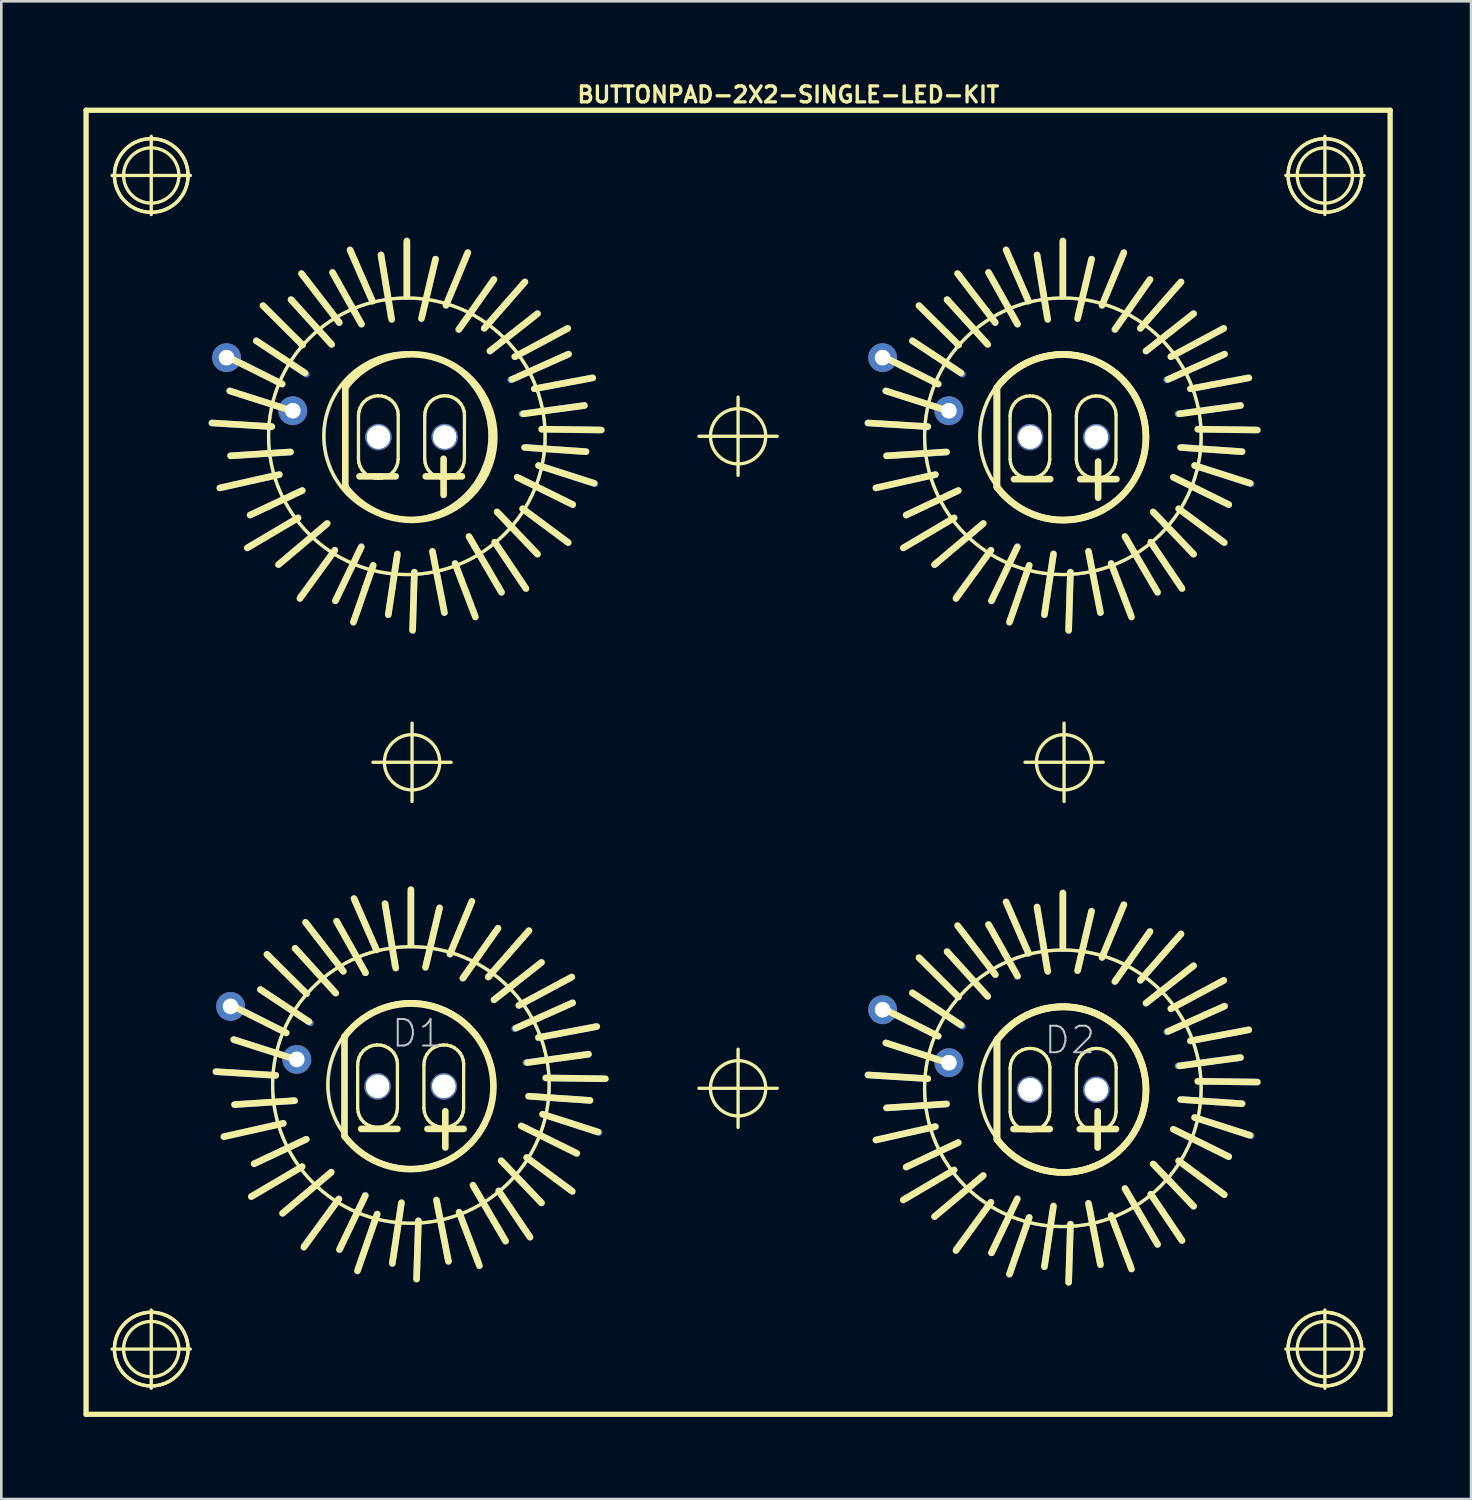
<source format=kicad_pcb>
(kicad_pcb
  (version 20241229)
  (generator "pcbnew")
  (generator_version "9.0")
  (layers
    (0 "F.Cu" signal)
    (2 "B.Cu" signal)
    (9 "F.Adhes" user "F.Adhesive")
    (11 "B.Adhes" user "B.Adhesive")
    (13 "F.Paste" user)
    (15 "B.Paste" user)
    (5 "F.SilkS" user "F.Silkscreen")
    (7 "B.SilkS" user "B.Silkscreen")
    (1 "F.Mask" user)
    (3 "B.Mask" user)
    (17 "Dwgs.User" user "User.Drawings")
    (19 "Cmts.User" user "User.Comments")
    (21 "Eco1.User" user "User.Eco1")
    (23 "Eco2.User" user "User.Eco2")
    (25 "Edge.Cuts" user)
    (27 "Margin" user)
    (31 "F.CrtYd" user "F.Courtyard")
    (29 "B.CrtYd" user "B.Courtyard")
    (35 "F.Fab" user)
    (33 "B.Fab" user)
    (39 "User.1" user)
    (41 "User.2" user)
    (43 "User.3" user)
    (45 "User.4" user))
  (footprint "BUTTONPAD-2X2-SINGLE-LED-KIT"
    (layer "F.Cu")
    (at 0.25 51.176)
    (property "Reference" "BUTTONPAD-2X2-SINGLE-LED-KIT" (at 26.924 -50.597 0) (layer "F.SilkS") (effects (font (size 0.61 0.61) (thickness 0.127))))
    (attr exclude_from_pos_files exclude_from_bom)
    (fp_line (start 4.818 -38.009) (end 7.12 -37.869) (stroke (width 0.254) (type solid)) (layer "B.Cu"))
    (fp_line (start 4.973 -13.137) (end 7.272 -12.995) (stroke (width 0.254) (type solid)) (layer "B.Cu"))
    (fp_line (start 5.138 -35.519) (end 7.409 -36.03) (stroke (width 0.254) (type solid)) (layer "B.Cu"))
    (fp_line (start 5.293 -10.645) (end 7.562 -11.156) (stroke (width 0.254) (type solid)) (layer "B.Cu"))
    (fp_line (start 5.458 -40.538) (end 7.518 -39.5) (stroke (width 0.254) (type solid)) (layer "B.Cu"))
    (fp_line (start 5.613 -15.667) (end 7.673 -14.625) (stroke (width 0.254) (type solid)) (layer "B.Cu"))
    (fp_line (start 6.228 -33.249) (end 8.128 -34.369) (stroke (width 0.254) (type solid)) (layer "B.Cu"))
    (fp_line (start 6.383 -8.377) (end 8.283 -9.495) (stroke (width 0.254) (type solid)) (layer "B.Cu"))
    (fp_line (start 6.8 -42.499) (end 8.298 -40.998) (stroke (width 0.254) (type solid)) (layer "B.Cu"))
    (fp_line (start 6.952 -17.625) (end 8.453 -16.126) (stroke (width 0.254) (type solid)) (layer "B.Cu"))
    (fp_line (start 7.838 -38.499) (end 5.509 -39.238) (stroke (width 0.254) (type solid)) (layer "B.Cu"))
    (fp_line (start 7.838 -36.888) (end 5.54 -36.749) (stroke (width 0.254) (type solid)) (layer "B.Cu"))
    (fp_line (start 7.993 -13.625) (end 5.662 -14.366) (stroke (width 0.254) (type solid)) (layer "B.Cu"))
    (fp_line (start 7.993 -12.017) (end 5.692 -11.874) (stroke (width 0.254) (type solid)) (layer "B.Cu"))
    (fp_line (start 8.209 -31.328) (end 9.538 -33.129) (stroke (width 0.254) (type solid)) (layer "B.Cu"))
    (fp_line (start 8.288 -43.698) (end 9.708 -41.859) (stroke (width 0.254) (type solid)) (layer "B.Cu"))
    (fp_line (start 8.288 -35.418) (end 6.289 -34.478) (stroke (width 0.254) (type solid)) (layer "B.Cu"))
    (fp_line (start 8.362 -6.457) (end 9.693 -8.255) (stroke (width 0.254) (type solid)) (layer "B.Cu"))
    (fp_line (start 8.443 -18.826) (end 9.863 -16.985) (stroke (width 0.254) (type solid)) (layer "B.Cu"))
    (fp_line (start 8.443 -10.546) (end 6.444 -9.606) (stroke (width 0.254) (type solid)) (layer "B.Cu"))
    (fp_line (start 8.448 -39.878) (end 6.528 -41.158) (stroke (width 0.254) (type solid)) (layer "B.Cu"))
    (fp_line (start 8.603 -15.006) (end 6.683 -16.286) (stroke (width 0.254) (type solid)) (layer "B.Cu"))
    (fp_line (start 9.228 -34.13) (end 7.379 -32.578) (stroke (width 0.254) (type solid)) (layer "B.Cu"))
    (fp_line (start 9.383 -9.256) (end 7.534 -7.706) (stroke (width 0.254) (type solid)) (layer "B.Cu"))
    (fp_line (start 9.388 -41.049) (end 7.859 -42.738) (stroke (width 0.254) (type solid)) (layer "B.Cu"))
    (fp_line (start 9.543 -16.175) (end 8.014 -17.866) (stroke (width 0.254) (type solid)) (layer "B.Cu"))
    (fp_line (start 10.14 -44.607) (end 10.978 -42.68) (stroke (width 0.254) (type solid)) (layer "B.Cu"))
    (fp_line (start 10.269 -30.419) (end 11.008 -32.548) (stroke (width 0.254) (type solid)) (layer "B.Cu"))
    (fp_line (start 10.292 -19.736) (end 11.133 -17.805) (stroke (width 0.254) (type solid)) (layer "B.Cu"))
    (fp_line (start 10.422 -5.545) (end 11.163 -7.676) (stroke (width 0.254) (type solid)) (layer "B.Cu"))
    (fp_line (start 10.559 -41.798) (end 9.449 -43.779) (stroke (width 0.254) (type solid)) (layer "B.Cu"))
    (fp_line (start 10.559 -33.279) (end 9.568 -31.189) (stroke (width 0.254) (type solid)) (layer "B.Cu"))
    (fp_line (start 10.714 -16.927) (end 9.604 -18.905) (stroke (width 0.254) (type solid)) (layer "B.Cu"))
    (fp_line (start 10.714 -8.405) (end 9.723 -6.317) (stroke (width 0.254) (type solid)) (layer "B.Cu"))
    (fp_line (start 11.689 -42.067) (end 11.308 -44.45) (stroke (width 0.254) (type solid)) (layer "B.Cu"))
    (fp_line (start 11.841 -17.196) (end 11.463 -19.576) (stroke (width 0.254) (type solid)) (layer "B.Cu"))
    (fp_line (start 11.928 -32.929) (end 11.587 -30.658) (stroke (width 0.254) (type solid)) (layer "B.Cu"))
    (fp_line (start 12.083 -8.057) (end 11.742 -5.786) (stroke (width 0.254) (type solid)) (layer "B.Cu"))
    (fp_line (start 12.299 -44.958) (end 12.299 -42.868) (stroke (width 0.254) (type solid)) (layer "B.Cu"))
    (fp_line (start 12.454 -20.086) (end 12.454 -17.996) (stroke (width 0.254) (type solid)) (layer "B.Cu"))
    (fp_line (start 12.52 -30.058) (end 12.588 -32.288) (stroke (width 0.254) (type solid)) (layer "B.Cu"))
    (fp_line (start 12.672 -5.187) (end 12.743 -7.417) (stroke (width 0.254) (type solid)) (layer "B.Cu"))
    (fp_line (start 12.888 -42.118) (end 13.399 -44.29) (stroke (width 0.254) (type solid)) (layer "B.Cu"))
    (fp_line (start 13.043 -17.247) (end 13.553 -19.416) (stroke (width 0.254) (type solid)) (layer "B.Cu"))
    (fp_line (start 13.289 -33.038) (end 13.739 -30.739) (stroke (width 0.254) (type solid)) (layer "B.Cu"))
    (fp_line (start 13.442 -8.166) (end 13.894 -5.865) (stroke (width 0.254) (type solid)) (layer "B.Cu"))
    (fp_line (start 14.28 -41.59) (end 15.639 -43.508) (stroke (width 0.254) (type solid)) (layer "B.Cu"))
    (fp_line (start 14.432 -16.716) (end 15.794 -18.636) (stroke (width 0.254) (type solid)) (layer "B.Cu"))
    (fp_line (start 14.628 -44.529) (end 13.8 -42.52) (stroke (width 0.254) (type solid)) (layer "B.Cu"))
    (fp_line (start 14.709 -33.599) (end 15.928 -31.509) (stroke (width 0.254) (type solid)) (layer "B.Cu"))
    (fp_line (start 14.783 -19.655) (end 13.952 -17.645) (stroke (width 0.254) (type solid)) (layer "B.Cu"))
    (fp_line (start 14.862 -8.725) (end 16.083 -6.634) (stroke (width 0.254) (type solid)) (layer "B.Cu"))
    (fp_line (start 14.889 -30.688) (end 14.148 -32.619) (stroke (width 0.254) (type solid)) (layer "B.Cu"))
    (fp_line (start 15.042 -5.817) (end 14.303 -7.747) (stroke (width 0.254) (type solid)) (layer "B.Cu"))
    (fp_line (start 15.479 -40.759) (end 17.308 -42.2) (stroke (width 0.254) (type solid)) (layer "B.Cu"))
    (fp_line (start 15.634 -15.885) (end 17.462 -17.325) (stroke (width 0.254) (type solid)) (layer "B.Cu"))
    (fp_line (start 15.799 -34.559) (end 17.308 -32.979) (stroke (width 0.254) (type solid)) (layer "B.Cu"))
    (fp_line (start 15.954 -9.685) (end 17.462 -8.105) (stroke (width 0.254) (type solid)) (layer "B.Cu"))
    (fp_line (start 16.279 -39.66) (end 18.499 -40.648) (stroke (width 0.254) (type solid)) (layer "B.Cu"))
    (fp_line (start 16.434 -14.785) (end 18.654 -15.776) (stroke (width 0.254) (type solid)) (layer "B.Cu"))
    (fp_line (start 16.599 -35.898) (end 18.659 -34.879) (stroke (width 0.254) (type solid)) (layer "B.Cu"))
    (fp_line (start 16.708 -38.359) (end 19.108 -38.679) (stroke (width 0.254) (type solid)) (layer "B.Cu"))
    (fp_line (start 16.754 -11.026) (end 18.814 -10.005) (stroke (width 0.254) (type solid)) (layer "B.Cu"))
    (fp_line (start 16.82 -43.409) (end 15.268 -41.638) (stroke (width 0.254) (type solid)) (layer "B.Cu"))
    (fp_line (start 16.838 -31.699) (end 15.669 -33.439) (stroke (width 0.254) (type solid)) (layer "B.Cu"))
    (fp_line (start 16.863 -13.485) (end 19.263 -13.805) (stroke (width 0.254) (type solid)) (layer "B.Cu"))
    (fp_line (start 16.899 -37.069) (end 19.169 -36.909) (stroke (width 0.254) (type solid)) (layer "B.Cu"))
    (fp_line (start 16.972 -18.537) (end 15.423 -16.767) (stroke (width 0.254) (type solid)) (layer "B.Cu"))
    (fp_line (start 16.993 -6.825) (end 15.822 -8.565) (stroke (width 0.254) (type solid)) (layer "B.Cu"))
    (fp_line (start 17.054 -12.195) (end 19.322 -12.035) (stroke (width 0.254) (type solid)) (layer "B.Cu"))
    (fp_line (start 18.448 -41.618) (end 16.439 -40.549) (stroke (width 0.254) (type solid)) (layer "B.Cu"))
    (fp_line (start 18.468 -33.439) (end 16.739 -34.719) (stroke (width 0.254) (type solid)) (layer "B.Cu"))
    (fp_line (start 18.603 -16.746) (end 16.594 -15.677) (stroke (width 0.254) (type solid)) (layer "B.Cu"))
    (fp_line (start 18.623 -8.565) (end 16.894 -9.845) (stroke (width 0.254) (type solid)) (layer "B.Cu"))
    (fp_line (start 19.408 -39.738) (end 17.188 -39.319) (stroke (width 0.254) (type solid)) (layer "B.Cu"))
    (fp_line (start 19.52 -35.679) (end 17.348 -36.378) (stroke (width 0.254) (type solid)) (layer "B.Cu"))
    (fp_line (start 19.563 -14.867) (end 17.343 -14.445) (stroke (width 0.254) (type solid)) (layer "B.Cu"))
    (fp_line (start 19.672 -10.805) (end 17.503 -11.506) (stroke (width 0.254) (type solid)) (layer "B.Cu"))
    (fp_line (start 19.68 -37.739) (end 17.478 -37.77) (stroke (width 0.254) (type solid)) (layer "B.Cu"))
    (fp_line (start 19.832 -12.865) (end 17.633 -12.896) (stroke (width 0.254) (type solid)) (layer "B.Cu"))
    (fp_line (start 29.972 -38.009) (end 32.273 -37.869) (stroke (width 0.254) (type solid)) (layer "B.Cu"))
    (fp_line (start 29.972 -13.01) (end 32.273 -12.868) (stroke (width 0.254) (type solid)) (layer "B.Cu"))
    (fp_line (start 30.292 -35.519) (end 32.563 -36.03) (stroke (width 0.254) (type solid)) (layer "B.Cu"))
    (fp_line (start 30.292 -10.518) (end 32.563 -11.029) (stroke (width 0.254) (type solid)) (layer "B.Cu"))
    (fp_line (start 30.612 -40.538) (end 32.672 -39.5) (stroke (width 0.254) (type solid)) (layer "B.Cu"))
    (fp_line (start 30.612 -15.54) (end 32.672 -14.498) (stroke (width 0.254) (type solid)) (layer "B.Cu"))
    (fp_line (start 31.382 -33.249) (end 33.282 -34.369) (stroke (width 0.254) (type solid)) (layer "B.Cu"))
    (fp_line (start 31.382 -8.25) (end 33.282 -9.368) (stroke (width 0.254) (type solid)) (layer "B.Cu"))
    (fp_line (start 31.953 -42.499) (end 33.452 -40.998) (stroke (width 0.254) (type solid)) (layer "B.Cu"))
    (fp_line (start 31.953 -17.498) (end 33.452 -15.999) (stroke (width 0.254) (type solid)) (layer "B.Cu"))
    (fp_line (start 32.992 -38.499) (end 30.663 -39.238) (stroke (width 0.254) (type solid)) (layer "B.Cu"))
    (fp_line (start 32.992 -36.888) (end 30.693 -36.749) (stroke (width 0.254) (type solid)) (layer "B.Cu"))
    (fp_line (start 32.992 -13.498) (end 30.663 -14.239) (stroke (width 0.254) (type solid)) (layer "B.Cu"))
    (fp_line (start 32.992 -11.89) (end 30.693 -11.748) (stroke (width 0.254) (type solid)) (layer "B.Cu"))
    (fp_line (start 33.363 -31.328) (end 34.694 -33.129) (stroke (width 0.254) (type solid)) (layer "B.Cu"))
    (fp_line (start 33.363 -6.33) (end 34.694 -8.128) (stroke (width 0.254) (type solid)) (layer "B.Cu"))
    (fp_line (start 33.442 -43.698) (end 34.861 -41.859) (stroke (width 0.254) (type solid)) (layer "B.Cu"))
    (fp_line (start 33.442 -35.418) (end 31.443 -34.478) (stroke (width 0.254) (type solid)) (layer "B.Cu"))
    (fp_line (start 33.442 -18.699) (end 34.861 -16.858) (stroke (width 0.254) (type solid)) (layer "B.Cu"))
    (fp_line (start 33.442 -10.419) (end 31.443 -9.479) (stroke (width 0.254) (type solid)) (layer "B.Cu"))
    (fp_line (start 33.602 -39.878) (end 31.684 -41.158) (stroke (width 0.254) (type solid)) (layer "B.Cu"))
    (fp_line (start 33.602 -14.879) (end 31.684 -16.159) (stroke (width 0.254) (type solid)) (layer "B.Cu"))
    (fp_line (start 34.384 -34.13) (end 32.532 -32.578) (stroke (width 0.254) (type solid)) (layer "B.Cu"))
    (fp_line (start 34.384 -9.129) (end 32.532 -7.579) (stroke (width 0.254) (type solid)) (layer "B.Cu"))
    (fp_line (start 34.544 -41.049) (end 33.012 -42.738) (stroke (width 0.254) (type solid)) (layer "B.Cu"))
    (fp_line (start 34.544 -16.048) (end 33.012 -17.739) (stroke (width 0.254) (type solid)) (layer "B.Cu"))
    (fp_line (start 35.293 -44.607) (end 36.132 -42.68) (stroke (width 0.254) (type solid)) (layer "B.Cu"))
    (fp_line (start 35.293 -19.609) (end 36.132 -17.678) (stroke (width 0.254) (type solid)) (layer "B.Cu"))
    (fp_line (start 35.423 -30.419) (end 36.162 -32.548) (stroke (width 0.254) (type solid)) (layer "B.Cu"))
    (fp_line (start 35.423 -5.418) (end 36.162 -7.549) (stroke (width 0.254) (type solid)) (layer "B.Cu"))
    (fp_line (start 35.712 -41.798) (end 34.602 -43.779) (stroke (width 0.254) (type solid)) (layer "B.Cu"))
    (fp_line (start 35.712 -33.279) (end 34.722 -31.189) (stroke (width 0.254) (type solid)) (layer "B.Cu"))
    (fp_line (start 35.712 -16.8) (end 34.602 -18.778) (stroke (width 0.254) (type solid)) (layer "B.Cu"))
    (fp_line (start 35.712 -8.278) (end 34.722 -6.19) (stroke (width 0.254) (type solid)) (layer "B.Cu"))
    (fp_line (start 36.843 -42.067) (end 36.462 -44.45) (stroke (width 0.254) (type solid)) (layer "B.Cu"))
    (fp_line (start 36.843 -17.069) (end 36.462 -19.449) (stroke (width 0.254) (type solid)) (layer "B.Cu"))
    (fp_line (start 37.084 -32.929) (end 36.744 -30.658) (stroke (width 0.254) (type solid)) (layer "B.Cu"))
    (fp_line (start 37.084 -7.93) (end 36.744 -5.659) (stroke (width 0.254) (type solid)) (layer "B.Cu"))
    (fp_line (start 37.452 -44.958) (end 37.452 -42.868) (stroke (width 0.254) (type solid)) (layer "B.Cu"))
    (fp_line (start 37.452 -19.959) (end 37.452 -17.869) (stroke (width 0.254) (type solid)) (layer "B.Cu"))
    (fp_line (start 37.673 -30.058) (end 37.742 -32.288) (stroke (width 0.254) (type solid)) (layer "B.Cu"))
    (fp_line (start 37.673 -5.06) (end 37.742 -7.29) (stroke (width 0.254) (type solid)) (layer "B.Cu"))
    (fp_line (start 38.042 -42.118) (end 38.552 -44.29) (stroke (width 0.254) (type solid)) (layer "B.Cu"))
    (fp_line (start 38.042 -17.12) (end 38.552 -19.289) (stroke (width 0.254) (type solid)) (layer "B.Cu"))
    (fp_line (start 38.443 -33.038) (end 38.892 -30.739) (stroke (width 0.254) (type solid)) (layer "B.Cu"))
    (fp_line (start 38.443 -8.039) (end 38.892 -5.738) (stroke (width 0.254) (type solid)) (layer "B.Cu"))
    (fp_line (start 39.434 -41.59) (end 40.792 -43.508) (stroke (width 0.254) (type solid)) (layer "B.Cu"))
    (fp_line (start 39.434 -16.589) (end 40.792 -18.509) (stroke (width 0.254) (type solid)) (layer "B.Cu"))
    (fp_line (start 39.781 -44.529) (end 38.953 -42.52) (stroke (width 0.254) (type solid)) (layer "B.Cu"))
    (fp_line (start 39.781 -19.528) (end 38.953 -17.518) (stroke (width 0.254) (type solid)) (layer "B.Cu"))
    (fp_line (start 39.863 -33.599) (end 41.082 -31.509) (stroke (width 0.254) (type solid)) (layer "B.Cu"))
    (fp_line (start 39.863 -8.598) (end 41.082 -6.507) (stroke (width 0.254) (type solid)) (layer "B.Cu"))
    (fp_line (start 40.043 -30.688) (end 39.304 -32.619) (stroke (width 0.254) (type solid)) (layer "B.Cu"))
    (fp_line (start 40.043 -5.69) (end 39.304 -7.62) (stroke (width 0.254) (type solid)) (layer "B.Cu"))
    (fp_line (start 40.632 -40.759) (end 42.464 -42.2) (stroke (width 0.254) (type solid)) (layer "B.Cu"))
    (fp_line (start 40.632 -15.758) (end 42.464 -17.198) (stroke (width 0.254) (type solid)) (layer "B.Cu"))
    (fp_line (start 40.952 -34.559) (end 42.464 -32.979) (stroke (width 0.254) (type solid)) (layer "B.Cu"))
    (fp_line (start 40.952 -9.558) (end 42.464 -7.978) (stroke (width 0.254) (type solid)) (layer "B.Cu"))
    (fp_line (start 41.432 -39.66) (end 43.652 -40.648) (stroke (width 0.254) (type solid)) (layer "B.Cu"))
    (fp_line (start 41.432 -14.658) (end 43.652 -15.649) (stroke (width 0.254) (type solid)) (layer "B.Cu"))
    (fp_line (start 41.753 -35.898) (end 43.812 -34.879) (stroke (width 0.254) (type solid)) (layer "B.Cu"))
    (fp_line (start 41.753 -10.899) (end 43.812 -9.878) (stroke (width 0.254) (type solid)) (layer "B.Cu"))
    (fp_line (start 41.862 -38.359) (end 44.262 -38.679) (stroke (width 0.254) (type solid)) (layer "B.Cu"))
    (fp_line (start 41.862 -13.358) (end 44.262 -13.678) (stroke (width 0.254) (type solid)) (layer "B.Cu"))
    (fp_line (start 41.974 -43.409) (end 40.422 -41.638) (stroke (width 0.254) (type solid)) (layer "B.Cu"))
    (fp_line (start 41.974 -18.41) (end 40.422 -16.64) (stroke (width 0.254) (type solid)) (layer "B.Cu"))
    (fp_line (start 41.994 -31.699) (end 40.823 -33.439) (stroke (width 0.254) (type solid)) (layer "B.Cu"))
    (fp_line (start 41.994 -6.698) (end 40.823 -8.438) (stroke (width 0.254) (type solid)) (layer "B.Cu"))
    (fp_line (start 42.052 -37.069) (end 44.323 -36.909) (stroke (width 0.254) (type solid)) (layer "B.Cu"))
    (fp_line (start 42.052 -12.068) (end 44.323 -11.908) (stroke (width 0.254) (type solid)) (layer "B.Cu"))
    (fp_line (start 43.602 -41.618) (end 41.593 -40.549) (stroke (width 0.254) (type solid)) (layer "B.Cu"))
    (fp_line (start 43.602 -16.619) (end 41.593 -15.55) (stroke (width 0.254) (type solid)) (layer "B.Cu"))
    (fp_line (start 43.622 -33.439) (end 41.892 -34.719) (stroke (width 0.254) (type solid)) (layer "B.Cu"))
    (fp_line (start 43.622 -8.438) (end 41.892 -9.718) (stroke (width 0.254) (type solid)) (layer "B.Cu"))
    (fp_line (start 44.562 -39.738) (end 42.342 -39.319) (stroke (width 0.254) (type solid)) (layer "B.Cu"))
    (fp_line (start 44.562 -14.74) (end 42.342 -14.318) (stroke (width 0.254) (type solid)) (layer "B.Cu"))
    (fp_line (start 44.674 -35.679) (end 42.502 -36.378) (stroke (width 0.254) (type solid)) (layer "B.Cu"))
    (fp_line (start 44.674 -10.678) (end 42.502 -11.379) (stroke (width 0.254) (type solid)) (layer "B.Cu"))
    (fp_line (start 44.834 -37.739) (end 42.634 -37.77) (stroke (width 0.254) (type solid)) (layer "B.Cu"))
    (fp_line (start 44.834 -12.738) (end 42.634 -12.769) (stroke (width 0.254) (type solid)) (layer "B.Cu"))
    (fp_circle (center 12.299 -37.498) (end 16.048 -41.247) (stroke (width 0.127) (type solid)) (fill no) (layer "B.Cu"))
    (fp_circle (center 12.309 -37.508) (end 14.557 -39.756) (stroke (width 0.127) (type solid)) (fill no) (layer "B.Cu"))
    (fp_circle (center 12.454 -12.626) (end 16.203 -16.375) (stroke (width 0.127) (type solid)) (fill no) (layer "B.Cu"))
    (fp_circle (center 12.464 -12.636) (end 14.712 -14.884) (stroke (width 0.127) (type solid)) (fill no) (layer "B.Cu"))
    (fp_circle (center 37.452 -37.498) (end 41.201 -41.247) (stroke (width 0.127) (type solid)) (fill no) (layer "B.Cu"))
    (fp_circle (center 37.452 -12.499) (end 41.201 -16.248) (stroke (width 0.127) (type solid)) (fill no) (layer "B.Cu"))
    (fp_circle (center 37.462 -37.508) (end 39.71 -39.756) (stroke (width 0.127) (type solid)) (fill no) (layer "B.Cu"))
    (fp_circle (center 37.462 -12.509) (end 39.71 -14.757) (stroke (width 0.127) (type solid)) (fill no) (layer "B.Cu"))
    (fp_line (start 0 -50) (end 50 -50) (stroke (width 0.203) (type solid)) (layer "F.SilkS"))
    (fp_line (start 0 0) (end 0 -50) (stroke (width 0.203) (type solid)) (layer "F.SilkS"))
    (fp_line (start 0.998 -47.498) (end 3.998 -47.498) (stroke (width 0.127) (type solid)) (layer "F.SilkS"))
    (fp_line (start 0.998 -2.499) (end 3.998 -2.499) (stroke (width 0.127) (type solid)) (layer "F.SilkS"))
    (fp_line (start 2.499 -45.999) (end 2.499 -48.999) (stroke (width 0.127) (type solid)) (layer "F.SilkS"))
    (fp_line (start 2.499 -0.998) (end 2.499 -3.998) (stroke (width 0.127) (type solid)) (layer "F.SilkS"))
    (fp_line (start 4.829 -38.009) (end 7.12 -37.869) (stroke (width 0.254) (type solid)) (layer "F.SilkS"))
    (fp_line (start 4.983 -13.137) (end 7.272 -12.995) (stroke (width 0.254) (type solid)) (layer "F.SilkS"))
    (fp_line (start 5.458 -40.528) (end 7.518 -39.5) (stroke (width 0.254) (type solid)) (layer "F.SilkS"))
    (fp_line (start 5.509 -39.238) (end 7.879 -38.478) (stroke (width 0.254) (type solid)) (layer "F.SilkS"))
    (fp_line (start 5.54 -36.749) (end 7.838 -36.899) (stroke (width 0.254) (type solid)) (layer "F.SilkS"))
    (fp_line (start 5.613 -15.657) (end 7.673 -14.625) (stroke (width 0.254) (type solid)) (layer "F.SilkS"))
    (fp_line (start 5.662 -14.366) (end 8.031 -13.607) (stroke (width 0.254) (type solid)) (layer "F.SilkS"))
    (fp_line (start 5.692 -11.874) (end 7.993 -12.027) (stroke (width 0.254) (type solid)) (layer "F.SilkS"))
    (fp_line (start 6.18 -33.218) (end 8.128 -34.369) (stroke (width 0.254) (type solid)) (layer "F.SilkS"))
    (fp_line (start 6.289 -34.478) (end 8.288 -35.418) (stroke (width 0.254) (type solid)) (layer "F.SilkS"))
    (fp_line (start 6.332 -8.346) (end 8.283 -9.495) (stroke (width 0.254) (type solid)) (layer "F.SilkS"))
    (fp_line (start 6.444 -9.606) (end 8.443 -10.546) (stroke (width 0.254) (type solid)) (layer "F.SilkS"))
    (fp_line (start 6.528 -41.158) (end 8.39 -39.929) (stroke (width 0.254) (type solid)) (layer "F.SilkS"))
    (fp_line (start 6.683 -16.286) (end 8.542 -15.055) (stroke (width 0.254) (type solid)) (layer "F.SilkS"))
    (fp_line (start 6.779 -42.509) (end 8.298 -40.998) (stroke (width 0.254) (type solid)) (layer "F.SilkS"))
    (fp_line (start 6.932 -17.635) (end 8.453 -16.126) (stroke (width 0.254) (type solid)) (layer "F.SilkS"))
    (fp_line (start 7.409 -36.03) (end 5.128 -35.519) (stroke (width 0.254) (type solid)) (layer "F.SilkS"))
    (fp_line (start 7.562 -11.156) (end 5.283 -10.645) (stroke (width 0.254) (type solid)) (layer "F.SilkS"))
    (fp_line (start 7.859 -42.738) (end 9.418 -41.018) (stroke (width 0.254) (type solid)) (layer "F.SilkS"))
    (fp_line (start 8.014 -17.866) (end 9.573 -16.147) (stroke (width 0.254) (type solid)) (layer "F.SilkS"))
    (fp_line (start 8.258 -43.739) (end 9.708 -41.859) (stroke (width 0.254) (type solid)) (layer "F.SilkS"))
    (fp_line (start 8.412 -18.865) (end 9.863 -16.985) (stroke (width 0.254) (type solid)) (layer "F.SilkS"))
    (fp_line (start 9.248 -34.158) (end 7.379 -32.578) (stroke (width 0.254) (type solid)) (layer "F.SilkS"))
    (fp_line (start 9.403 -9.286) (end 7.534 -7.706) (stroke (width 0.254) (type solid)) (layer "F.SilkS"))
    (fp_line (start 9.449 -43.779) (end 10.559 -41.798) (stroke (width 0.254) (type solid)) (layer "F.SilkS"))
    (fp_line (start 9.538 -33.129) (end 8.199 -31.278) (stroke (width 0.254) (type solid)) (layer "F.SilkS"))
    (fp_line (start 9.558 -31.189) (end 10.549 -33.249) (stroke (width 0.254) (type solid)) (layer "F.SilkS"))
    (fp_line (start 9.604 -18.905) (end 10.714 -16.927) (stroke (width 0.254) (type solid)) (layer "F.SilkS"))
    (fp_line (start 9.693 -8.255) (end 8.352 -6.406) (stroke (width 0.254) (type solid)) (layer "F.SilkS"))
    (fp_line (start 9.713 -6.317) (end 10.704 -8.377) (stroke (width 0.254) (type solid)) (layer "F.SilkS"))
    (fp_line (start 9.906 -14.475) (end 9.906 -10.668) (stroke (width 0.203) (type solid)) (layer "F.SilkS"))
    (fp_line (start 9.909 -14.483) (end 9.909 -10.673) (stroke (width 0.254) (type solid)) (layer "F.SilkS"))
    (fp_line (start 9.939 -39.373) (end 9.939 -35.563) (stroke (width 0.254) (type solid)) (layer "F.SilkS"))
    (fp_line (start 10.414 -13.396) (end 10.414 -11.727) (stroke (width 0.127) (type solid)) (layer "F.SilkS"))
    (fp_line (start 10.414 -11.727) (end 10.432 -11.585) (stroke (width 0.127) (type solid)) (layer "F.SilkS"))
    (fp_line (start 10.429 -13.543) (end 10.414 -13.396) (stroke (width 0.127) (type solid)) (layer "F.SilkS"))
    (fp_line (start 10.432 -11.585) (end 10.477 -11.445) (stroke (width 0.127) (type solid)) (layer "F.SilkS"))
    (fp_line (start 10.444 -38.285) (end 10.444 -36.619) (stroke (width 0.127) (type solid)) (layer "F.SilkS"))
    (fp_line (start 10.444 -36.619) (end 10.462 -36.474) (stroke (width 0.127) (type solid)) (layer "F.SilkS"))
    (fp_line (start 10.46 -38.433) (end 10.444 -38.285) (stroke (width 0.127) (type solid)) (layer "F.SilkS"))
    (fp_line (start 10.462 -36.474) (end 10.508 -36.335) (stroke (width 0.127) (type solid)) (layer "F.SilkS"))
    (fp_line (start 10.47 -13.686) (end 10.429 -13.543) (stroke (width 0.127) (type solid)) (layer "F.SilkS"))
    (fp_line (start 10.477 -11.445) (end 10.549 -11.318) (stroke (width 0.127) (type solid)) (layer "F.SilkS"))
    (fp_line (start 10.483 -35.961) (end 11.872 -35.961) (stroke (width 0.254) (type solid)) (layer "F.SilkS"))
    (fp_line (start 10.5 -38.575) (end 10.46 -38.433) (stroke (width 0.127) (type solid)) (layer "F.SilkS"))
    (fp_line (start 10.508 -36.335) (end 10.579 -36.208) (stroke (width 0.127) (type solid)) (layer "F.SilkS"))
    (fp_line (start 10.538 -13.818) (end 10.47 -13.686) (stroke (width 0.127) (type solid)) (layer "F.SilkS"))
    (fp_line (start 10.549 -11.318) (end 10.643 -11.206) (stroke (width 0.127) (type solid)) (layer "F.SilkS"))
    (fp_line (start 10.549 -10.942) (end 11.938 -10.942) (stroke (width 0.254) (type solid)) (layer "F.SilkS"))
    (fp_line (start 10.569 -38.707) (end 10.5 -38.575) (stroke (width 0.127) (type solid)) (layer "F.SilkS"))
    (fp_line (start 10.579 -36.208) (end 10.673 -36.096) (stroke (width 0.127) (type solid)) (layer "F.SilkS"))
    (fp_line (start 10.63 -13.934) (end 10.538 -13.818) (stroke (width 0.127) (type solid)) (layer "F.SilkS"))
    (fp_line (start 10.643 -11.206) (end 10.757 -11.118) (stroke (width 0.127) (type solid)) (layer "F.SilkS"))
    (fp_line (start 10.66 -38.824) (end 10.569 -38.707) (stroke (width 0.127) (type solid)) (layer "F.SilkS"))
    (fp_line (start 10.673 -36.096) (end 10.787 -36.007) (stroke (width 0.127) (type solid)) (layer "F.SilkS"))
    (fp_line (start 10.744 -14.028) (end 10.63 -13.934) (stroke (width 0.127) (type solid)) (layer "F.SilkS"))
    (fp_line (start 10.757 -11.118) (end 10.886 -11.052) (stroke (width 0.127) (type solid)) (layer "F.SilkS"))
    (fp_line (start 10.775 -38.918) (end 10.66 -38.824) (stroke (width 0.127) (type solid)) (layer "F.SilkS"))
    (fp_line (start 10.787 -36.007) (end 10.917 -35.941) (stroke (width 0.127) (type solid)) (layer "F.SilkS"))
    (fp_line (start 10.8 -12.573) (end 10.81 -12.659) (stroke (width 0.127) (type solid)) (layer "F.SilkS"))
    (fp_line (start 10.81 -12.659) (end 10.838 -12.741) (stroke (width 0.127) (type solid)) (layer "F.SilkS"))
    (fp_line (start 10.81 -12.489) (end 10.8 -12.573) (stroke (width 0.127) (type solid)) (layer "F.SilkS"))
    (fp_line (start 10.831 -37.462) (end 10.841 -37.549) (stroke (width 0.127) (type solid)) (layer "F.SilkS"))
    (fp_line (start 10.838 -12.741) (end 10.886 -12.814) (stroke (width 0.127) (type solid)) (layer "F.SilkS"))
    (fp_line (start 10.838 -12.408) (end 10.81 -12.489) (stroke (width 0.127) (type solid)) (layer "F.SilkS"))
    (fp_line (start 10.841 -37.549) (end 10.869 -37.63) (stroke (width 0.127) (type solid)) (layer "F.SilkS"))
    (fp_line (start 10.841 -37.379) (end 10.831 -37.462) (stroke (width 0.127) (type solid)) (layer "F.SilkS"))
    (fp_line (start 10.869 -37.63) (end 10.917 -37.704) (stroke (width 0.127) (type solid)) (layer "F.SilkS"))
    (fp_line (start 10.869 -37.297) (end 10.841 -37.379) (stroke (width 0.127) (type solid)) (layer "F.SilkS"))
    (fp_line (start 10.876 -14.1) (end 10.744 -14.028) (stroke (width 0.127) (type solid)) (layer "F.SilkS"))
    (fp_line (start 10.886 -12.814) (end 10.947 -12.875) (stroke (width 0.127) (type solid)) (layer "F.SilkS"))
    (fp_line (start 10.886 -12.337) (end 10.838 -12.408) (stroke (width 0.127) (type solid)) (layer "F.SilkS"))
    (fp_line (start 10.886 -11.052) (end 11.026 -11.011) (stroke (width 0.127) (type solid)) (layer "F.SilkS"))
    (fp_line (start 10.907 -38.989) (end 10.775 -38.918) (stroke (width 0.127) (type solid)) (layer "F.SilkS"))
    (fp_line (start 10.917 -37.704) (end 10.978 -37.765) (stroke (width 0.127) (type solid)) (layer "F.SilkS"))
    (fp_line (start 10.917 -37.226) (end 10.869 -37.297) (stroke (width 0.127) (type solid)) (layer "F.SilkS"))
    (fp_line (start 10.917 -35.941) (end 11.057 -35.9) (stroke (width 0.127) (type solid)) (layer "F.SilkS"))
    (fp_line (start 10.947 -12.875) (end 11.021 -12.921) (stroke (width 0.127) (type solid)) (layer "F.SilkS"))
    (fp_line (start 10.947 -12.278) (end 10.886 -12.337) (stroke (width 0.127) (type solid)) (layer "F.SilkS"))
    (fp_line (start 10.978 -42.68) (end 10.119 -44.648) (stroke (width 0.254) (type solid)) (layer "F.SilkS"))
    (fp_line (start 10.978 -37.765) (end 11.052 -37.81) (stroke (width 0.127) (type solid)) (layer "F.SilkS"))
    (fp_line (start 10.978 -37.168) (end 10.917 -37.226) (stroke (width 0.127) (type solid)) (layer "F.SilkS"))
    (fp_line (start 10.998 -24.999) (end 13.998 -24.999) (stroke (width 0.127) (type solid)) (layer "F.SilkS"))
    (fp_line (start 11.008 -32.548) (end 10.249 -30.368) (stroke (width 0.254) (type solid)) (layer "F.SilkS"))
    (fp_line (start 11.016 -14.145) (end 10.876 -14.1) (stroke (width 0.127) (type solid)) (layer "F.SilkS"))
    (fp_line (start 11.021 -12.921) (end 11.105 -12.949) (stroke (width 0.127) (type solid)) (layer "F.SilkS"))
    (fp_line (start 11.021 -12.233) (end 10.947 -12.278) (stroke (width 0.127) (type solid)) (layer "F.SilkS"))
    (fp_line (start 11.026 -11.011) (end 11.173 -10.998) (stroke (width 0.127) (type solid)) (layer "F.SilkS"))
    (fp_line (start 11.046 -39.035) (end 10.907 -38.989) (stroke (width 0.127) (type solid)) (layer "F.SilkS"))
    (fp_line (start 11.052 -37.81) (end 11.135 -37.838) (stroke (width 0.127) (type solid)) (layer "F.SilkS"))
    (fp_line (start 11.052 -37.122) (end 10.978 -37.168) (stroke (width 0.127) (type solid)) (layer "F.SilkS"))
    (fp_line (start 11.057 -35.9) (end 11.204 -35.89) (stroke (width 0.127) (type solid)) (layer "F.SilkS"))
    (fp_line (start 11.102 -12.207) (end 11.021 -12.233) (stroke (width 0.127) (type solid)) (layer "F.SilkS"))
    (fp_line (start 11.105 -12.949) (end 11.191 -12.957) (stroke (width 0.127) (type solid)) (layer "F.SilkS"))
    (fp_line (start 11.133 -37.097) (end 11.052 -37.122) (stroke (width 0.127) (type solid)) (layer "F.SilkS"))
    (fp_line (start 11.133 -17.805) (end 10.272 -19.776) (stroke (width 0.254) (type solid)) (layer "F.SilkS"))
    (fp_line (start 11.135 -37.838) (end 11.222 -37.846) (stroke (width 0.127) (type solid)) (layer "F.SilkS"))
    (fp_line (start 11.163 -7.676) (end 10.404 -5.497) (stroke (width 0.254) (type solid)) (layer "F.SilkS"))
    (fp_line (start 11.166 -14.161) (end 11.016 -14.145) (stroke (width 0.127) (type solid)) (layer "F.SilkS"))
    (fp_line (start 11.173 -10.998) (end 11.318 -11.011) (stroke (width 0.127) (type solid)) (layer "F.SilkS"))
    (fp_line (start 11.189 -12.197) (end 11.102 -12.207) (stroke (width 0.127) (type solid)) (layer "F.SilkS"))
    (fp_line (start 11.191 -12.957) (end 11.273 -12.946) (stroke (width 0.127) (type solid)) (layer "F.SilkS"))
    (fp_line (start 11.196 -39.053) (end 11.046 -39.035) (stroke (width 0.127) (type solid)) (layer "F.SilkS"))
    (fp_line (start 11.204 -35.89) (end 11.349 -35.9) (stroke (width 0.127) (type solid)) (layer "F.SilkS"))
    (fp_line (start 11.219 -37.087) (end 11.133 -37.097) (stroke (width 0.127) (type solid)) (layer "F.SilkS"))
    (fp_line (start 11.222 -37.846) (end 11.303 -37.836) (stroke (width 0.127) (type solid)) (layer "F.SilkS"))
    (fp_line (start 11.27 -12.207) (end 11.189 -12.197) (stroke (width 0.127) (type solid)) (layer "F.SilkS"))
    (fp_line (start 11.273 -12.946) (end 11.351 -12.918) (stroke (width 0.127) (type solid)) (layer "F.SilkS"))
    (fp_line (start 11.3 -37.099) (end 11.219 -37.087) (stroke (width 0.127) (type solid)) (layer "F.SilkS"))
    (fp_line (start 11.303 -37.836) (end 11.382 -37.808) (stroke (width 0.127) (type solid)) (layer "F.SilkS"))
    (fp_line (start 11.311 -14.153) (end 11.166 -14.161) (stroke (width 0.127) (type solid)) (layer "F.SilkS"))
    (fp_line (start 11.318 -11.011) (end 11.458 -11.049) (stroke (width 0.127) (type solid)) (layer "F.SilkS"))
    (fp_line (start 11.341 -39.042) (end 11.196 -39.053) (stroke (width 0.127) (type solid)) (layer "F.SilkS"))
    (fp_line (start 11.349 -35.9) (end 11.488 -35.938) (stroke (width 0.127) (type solid)) (layer "F.SilkS"))
    (fp_line (start 11.349 -12.238) (end 11.27 -12.207) (stroke (width 0.127) (type solid)) (layer "F.SilkS"))
    (fp_line (start 11.351 -12.918) (end 11.422 -12.873) (stroke (width 0.127) (type solid)) (layer "F.SilkS"))
    (fp_line (start 11.379 -37.127) (end 11.3 -37.099) (stroke (width 0.127) (type solid)) (layer "F.SilkS"))
    (fp_line (start 11.382 -37.808) (end 11.453 -37.762) (stroke (width 0.127) (type solid)) (layer "F.SilkS"))
    (fp_line (start 11.42 -12.283) (end 11.349 -12.238) (stroke (width 0.127) (type solid)) (layer "F.SilkS"))
    (fp_line (start 11.422 -12.873) (end 11.481 -12.812) (stroke (width 0.127) (type solid)) (layer "F.SilkS"))
    (fp_line (start 11.45 -37.173) (end 11.379 -37.127) (stroke (width 0.127) (type solid)) (layer "F.SilkS"))
    (fp_line (start 11.453 -37.762) (end 11.511 -37.701) (stroke (width 0.127) (type solid)) (layer "F.SilkS"))
    (fp_line (start 11.453 -14.115) (end 11.311 -14.153) (stroke (width 0.127) (type solid)) (layer "F.SilkS"))
    (fp_line (start 11.458 -11.049) (end 11.587 -11.115) (stroke (width 0.127) (type solid)) (layer "F.SilkS"))
    (fp_line (start 11.478 -12.342) (end 11.42 -12.283) (stroke (width 0.127) (type solid)) (layer "F.SilkS"))
    (fp_line (start 11.481 -12.812) (end 11.524 -12.741) (stroke (width 0.127) (type solid)) (layer "F.SilkS"))
    (fp_line (start 11.483 -39.004) (end 11.341 -39.042) (stroke (width 0.127) (type solid)) (layer "F.SilkS"))
    (fp_line (start 11.488 -35.938) (end 11.618 -36.005) (stroke (width 0.127) (type solid)) (layer "F.SilkS"))
    (fp_line (start 11.509 -37.231) (end 11.45 -37.173) (stroke (width 0.127) (type solid)) (layer "F.SilkS"))
    (fp_line (start 11.511 -37.701) (end 11.554 -37.63) (stroke (width 0.127) (type solid)) (layer "F.SilkS"))
    (fp_line (start 11.524 -12.741) (end 11.549 -12.659) (stroke (width 0.127) (type solid)) (layer "F.SilkS"))
    (fp_line (start 11.524 -12.413) (end 11.478 -12.342) (stroke (width 0.127) (type solid)) (layer "F.SilkS"))
    (fp_line (start 11.549 -12.659) (end 11.557 -12.576) (stroke (width 0.127) (type solid)) (layer "F.SilkS"))
    (fp_line (start 11.549 -12.494) (end 11.524 -12.413) (stroke (width 0.127) (type solid)) (layer "F.SilkS"))
    (fp_line (start 11.554 -37.63) (end 11.58 -37.549) (stroke (width 0.127) (type solid)) (layer "F.SilkS"))
    (fp_line (start 11.554 -37.302) (end 11.509 -37.231) (stroke (width 0.127) (type solid)) (layer "F.SilkS"))
    (fp_line (start 11.557 -12.576) (end 11.549 -12.494) (stroke (width 0.127) (type solid)) (layer "F.SilkS"))
    (fp_line (start 11.58 -37.549) (end 11.587 -37.465) (stroke (width 0.127) (type solid)) (layer "F.SilkS"))
    (fp_line (start 11.58 -37.384) (end 11.554 -37.302) (stroke (width 0.127) (type solid)) (layer "F.SilkS"))
    (fp_line (start 11.585 -14.049) (end 11.453 -14.115) (stroke (width 0.127) (type solid)) (layer "F.SilkS"))
    (fp_line (start 11.587 -37.465) (end 11.58 -37.384) (stroke (width 0.127) (type solid)) (layer "F.SilkS"))
    (fp_line (start 11.587 -30.658) (end 11.938 -32.99) (stroke (width 0.254) (type solid)) (layer "F.SilkS"))
    (fp_line (start 11.587 -11.115) (end 11.704 -11.204) (stroke (width 0.127) (type solid)) (layer "F.SilkS"))
    (fp_line (start 11.615 -38.938) (end 11.483 -39.004) (stroke (width 0.127) (type solid)) (layer "F.SilkS"))
    (fp_line (start 11.618 -36.005) (end 11.735 -36.093) (stroke (width 0.127) (type solid)) (layer "F.SilkS"))
    (fp_line (start 11.702 -13.96) (end 11.585 -14.049) (stroke (width 0.127) (type solid)) (layer "F.SilkS"))
    (fp_line (start 11.704 -11.204) (end 11.798 -11.313) (stroke (width 0.127) (type solid)) (layer "F.SilkS"))
    (fp_line (start 11.72 -41.979) (end 11.308 -44.45) (stroke (width 0.254) (type solid)) (layer "F.SilkS"))
    (fp_line (start 11.732 -38.849) (end 11.615 -38.938) (stroke (width 0.127) (type solid)) (layer "F.SilkS"))
    (fp_line (start 11.735 -36.093) (end 11.829 -36.203) (stroke (width 0.127) (type solid)) (layer "F.SilkS"))
    (fp_line (start 11.742 -5.786) (end 12.093 -8.115) (stroke (width 0.254) (type solid)) (layer "F.SilkS"))
    (fp_line (start 11.798 -13.851) (end 11.702 -13.96) (stroke (width 0.127) (type solid)) (layer "F.SilkS"))
    (fp_line (start 11.798 -11.313) (end 11.869 -11.44) (stroke (width 0.127) (type solid)) (layer "F.SilkS"))
    (fp_line (start 11.829 -38.74) (end 11.732 -38.849) (stroke (width 0.127) (type solid)) (layer "F.SilkS"))
    (fp_line (start 11.829 -36.203) (end 11.9 -36.33) (stroke (width 0.127) (type solid)) (layer "F.SilkS"))
    (fp_line (start 11.869 -11.44) (end 11.915 -11.58) (stroke (width 0.127) (type solid)) (layer "F.SilkS"))
    (fp_line (start 11.872 -17.107) (end 11.463 -19.576) (stroke (width 0.254) (type solid)) (layer "F.SilkS"))
    (fp_line (start 11.872 -13.724) (end 11.798 -13.851) (stroke (width 0.127) (type solid)) (layer "F.SilkS"))
    (fp_line (start 11.9 -36.33) (end 11.946 -36.469) (stroke (width 0.127) (type solid)) (layer "F.SilkS"))
    (fp_line (start 11.902 -38.613) (end 11.829 -38.74) (stroke (width 0.127) (type solid)) (layer "F.SilkS"))
    (fp_line (start 11.915 -11.58) (end 11.935 -11.722) (stroke (width 0.127) (type solid)) (layer "F.SilkS"))
    (fp_line (start 11.92 -13.584) (end 11.872 -13.724) (stroke (width 0.127) (type solid)) (layer "F.SilkS"))
    (fp_line (start 11.935 -11.722) (end 11.938 -13.437) (stroke (width 0.127) (type solid)) (layer "F.SilkS"))
    (fp_line (start 11.938 -13.437) (end 11.92 -13.584) (stroke (width 0.127) (type solid)) (layer "F.SilkS"))
    (fp_line (start 11.946 -36.469) (end 11.966 -36.614) (stroke (width 0.127) (type solid)) (layer "F.SilkS"))
    (fp_line (start 11.951 -38.473) (end 11.902 -38.613) (stroke (width 0.127) (type solid)) (layer "F.SilkS"))
    (fp_line (start 11.966 -36.614) (end 11.968 -38.326) (stroke (width 0.127) (type solid)) (layer "F.SilkS"))
    (fp_line (start 11.968 -38.326) (end 11.951 -38.473) (stroke (width 0.127) (type solid)) (layer "F.SilkS"))
    (fp_line (start 12.299 -42.868) (end 12.299 -44.988) (stroke (width 0.254) (type solid)) (layer "F.SilkS"))
    (fp_line (start 12.454 -17.996) (end 12.454 -20.117) (stroke (width 0.254) (type solid)) (layer "F.SilkS"))
    (fp_line (start 12.499 -23.498) (end 12.499 -26.5) (stroke (width 0.127) (type solid)) (layer "F.SilkS"))
    (fp_line (start 12.588 -32.288) (end 12.52 -30.058) (stroke (width 0.254) (type solid)) (layer "F.SilkS"))
    (fp_line (start 12.743 -7.417) (end 12.672 -5.187) (stroke (width 0.254) (type solid)) (layer "F.SilkS"))
    (fp_line (start 12.857 -42.009) (end 13.399 -44.29) (stroke (width 0.254) (type solid)) (layer "F.SilkS"))
    (fp_line (start 12.954 -13.396) (end 12.954 -11.727) (stroke (width 0.127) (type solid)) (layer "F.SilkS"))
    (fp_line (start 12.954 -11.727) (end 12.972 -11.585) (stroke (width 0.127) (type solid)) (layer "F.SilkS"))
    (fp_line (start 12.969 -13.543) (end 12.954 -13.396) (stroke (width 0.127) (type solid)) (layer "F.SilkS"))
    (fp_line (start 12.972 -11.585) (end 13.018 -11.445) (stroke (width 0.127) (type solid)) (layer "F.SilkS"))
    (fp_line (start 12.984 -38.285) (end 12.984 -36.619) (stroke (width 0.127) (type solid)) (layer "F.SilkS"))
    (fp_line (start 12.984 -36.619) (end 13.002 -36.474) (stroke (width 0.127) (type solid)) (layer "F.SilkS"))
    (fp_line (start 13 -38.433) (end 12.984 -38.285) (stroke (width 0.127) (type solid)) (layer "F.SilkS"))
    (fp_line (start 13.002 -36.474) (end 13.048 -36.335) (stroke (width 0.127) (type solid)) (layer "F.SilkS"))
    (fp_line (start 13.01 -13.686) (end 12.969 -13.543) (stroke (width 0.127) (type solid)) (layer "F.SilkS"))
    (fp_line (start 13.012 -17.135) (end 13.553 -19.416) (stroke (width 0.254) (type solid)) (layer "F.SilkS"))
    (fp_line (start 13.018 -11.445) (end 13.089 -11.318) (stroke (width 0.127) (type solid)) (layer "F.SilkS"))
    (fp_line (start 13.023 -35.961) (end 14.412 -35.961) (stroke (width 0.254) (type solid)) (layer "F.SilkS"))
    (fp_line (start 13.04 -38.575) (end 13 -38.433) (stroke (width 0.127) (type solid)) (layer "F.SilkS"))
    (fp_line (start 13.048 -36.335) (end 13.119 -36.208) (stroke (width 0.127) (type solid)) (layer "F.SilkS"))
    (fp_line (start 13.078 -13.818) (end 13.01 -13.686) (stroke (width 0.127) (type solid)) (layer "F.SilkS"))
    (fp_line (start 13.089 -11.318) (end 13.183 -11.206) (stroke (width 0.127) (type solid)) (layer "F.SilkS"))
    (fp_line (start 13.089 -10.942) (end 14.475 -10.942) (stroke (width 0.254) (type solid)) (layer "F.SilkS"))
    (fp_line (start 13.109 -38.707) (end 13.04 -38.575) (stroke (width 0.127) (type solid)) (layer "F.SilkS"))
    (fp_line (start 13.119 -36.208) (end 13.213 -36.096) (stroke (width 0.127) (type solid)) (layer "F.SilkS"))
    (fp_line (start 13.17 -13.934) (end 13.078 -13.818) (stroke (width 0.127) (type solid)) (layer "F.SilkS"))
    (fp_line (start 13.183 -11.206) (end 13.297 -11.118) (stroke (width 0.127) (type solid)) (layer "F.SilkS"))
    (fp_line (start 13.2 -38.824) (end 13.109 -38.707) (stroke (width 0.127) (type solid)) (layer "F.SilkS"))
    (fp_line (start 13.213 -36.096) (end 13.327 -36.007) (stroke (width 0.127) (type solid)) (layer "F.SilkS"))
    (fp_line (start 13.284 -14.028) (end 13.17 -13.934) (stroke (width 0.127) (type solid)) (layer "F.SilkS"))
    (fp_line (start 13.297 -11.118) (end 13.426 -11.052) (stroke (width 0.127) (type solid)) (layer "F.SilkS"))
    (fp_line (start 13.315 -38.918) (end 13.2 -38.824) (stroke (width 0.127) (type solid)) (layer "F.SilkS"))
    (fp_line (start 13.327 -36.007) (end 13.457 -35.941) (stroke (width 0.127) (type solid)) (layer "F.SilkS"))
    (fp_line (start 13.34 -12.573) (end 13.35 -12.659) (stroke (width 0.127) (type solid)) (layer "F.SilkS"))
    (fp_line (start 13.35 -12.659) (end 13.378 -12.741) (stroke (width 0.127) (type solid)) (layer "F.SilkS"))
    (fp_line (start 13.35 -12.489) (end 13.34 -12.573) (stroke (width 0.127) (type solid)) (layer "F.SilkS"))
    (fp_line (start 13.371 -37.462) (end 13.381 -37.549) (stroke (width 0.127) (type solid)) (layer "F.SilkS"))
    (fp_line (start 13.378 -12.741) (end 13.426 -12.814) (stroke (width 0.127) (type solid)) (layer "F.SilkS"))
    (fp_line (start 13.378 -12.408) (end 13.35 -12.489) (stroke (width 0.127) (type solid)) (layer "F.SilkS"))
    (fp_line (start 13.381 -37.549) (end 13.409 -37.63) (stroke (width 0.127) (type solid)) (layer "F.SilkS"))
    (fp_line (start 13.381 -37.379) (end 13.371 -37.462) (stroke (width 0.127) (type solid)) (layer "F.SilkS"))
    (fp_line (start 13.409 -37.63) (end 13.457 -37.704) (stroke (width 0.127) (type solid)) (layer "F.SilkS"))
    (fp_line (start 13.409 -37.297) (end 13.381 -37.379) (stroke (width 0.127) (type solid)) (layer "F.SilkS"))
    (fp_line (start 13.416 -14.1) (end 13.284 -14.028) (stroke (width 0.127) (type solid)) (layer "F.SilkS"))
    (fp_line (start 13.426 -12.814) (end 13.487 -12.875) (stroke (width 0.127) (type solid)) (layer "F.SilkS"))
    (fp_line (start 13.426 -12.337) (end 13.378 -12.408) (stroke (width 0.127) (type solid)) (layer "F.SilkS"))
    (fp_line (start 13.426 -11.052) (end 13.566 -11.011) (stroke (width 0.127) (type solid)) (layer "F.SilkS"))
    (fp_line (start 13.447 -38.989) (end 13.315 -38.918) (stroke (width 0.127) (type solid)) (layer "F.SilkS"))
    (fp_line (start 13.457 -37.704) (end 13.518 -37.765) (stroke (width 0.127) (type solid)) (layer "F.SilkS"))
    (fp_line (start 13.457 -37.226) (end 13.409 -37.297) (stroke (width 0.127) (type solid)) (layer "F.SilkS"))
    (fp_line (start 13.457 -35.941) (end 13.597 -35.9) (stroke (width 0.127) (type solid)) (layer "F.SilkS"))
    (fp_line (start 13.487 -12.875) (end 13.561 -12.921) (stroke (width 0.127) (type solid)) (layer "F.SilkS"))
    (fp_line (start 13.487 -12.278) (end 13.426 -12.337) (stroke (width 0.127) (type solid)) (layer "F.SilkS"))
    (fp_line (start 13.518 -37.765) (end 13.592 -37.81) (stroke (width 0.127) (type solid)) (layer "F.SilkS"))
    (fp_line (start 13.518 -37.168) (end 13.457 -37.226) (stroke (width 0.127) (type solid)) (layer "F.SilkS"))
    (fp_line (start 13.556 -14.145) (end 13.416 -14.1) (stroke (width 0.127) (type solid)) (layer "F.SilkS"))
    (fp_line (start 13.561 -12.921) (end 13.645 -12.949) (stroke (width 0.127) (type solid)) (layer "F.SilkS"))
    (fp_line (start 13.561 -12.233) (end 13.487 -12.278) (stroke (width 0.127) (type solid)) (layer "F.SilkS"))
    (fp_line (start 13.566 -11.011) (end 13.713 -10.998) (stroke (width 0.127) (type solid)) (layer "F.SilkS"))
    (fp_line (start 13.586 -39.035) (end 13.447 -38.989) (stroke (width 0.127) (type solid)) (layer "F.SilkS"))
    (fp_line (start 13.592 -37.81) (end 13.675 -37.838) (stroke (width 0.127) (type solid)) (layer "F.SilkS"))
    (fp_line (start 13.592 -37.122) (end 13.518 -37.168) (stroke (width 0.127) (type solid)) (layer "F.SilkS"))
    (fp_line (start 13.597 -35.9) (end 13.744 -35.89) (stroke (width 0.127) (type solid)) (layer "F.SilkS"))
    (fp_line (start 13.642 -12.207) (end 13.561 -12.233) (stroke (width 0.127) (type solid)) (layer "F.SilkS"))
    (fp_line (start 13.645 -12.949) (end 13.731 -12.957) (stroke (width 0.127) (type solid)) (layer "F.SilkS"))
    (fp_line (start 13.673 -37.097) (end 13.592 -37.122) (stroke (width 0.127) (type solid)) (layer "F.SilkS"))
    (fp_line (start 13.675 -37.838) (end 13.762 -37.846) (stroke (width 0.127) (type solid)) (layer "F.SilkS"))
    (fp_line (start 13.706 -14.161) (end 13.556 -14.145) (stroke (width 0.127) (type solid)) (layer "F.SilkS"))
    (fp_line (start 13.708 -35.25) (end 13.708 -36.637) (stroke (width 0.254) (type solid)) (layer "F.SilkS"))
    (fp_line (start 13.713 -10.998) (end 13.858 -11.011) (stroke (width 0.127) (type solid)) (layer "F.SilkS"))
    (fp_line (start 13.729 -12.197) (end 13.642 -12.207) (stroke (width 0.127) (type solid)) (layer "F.SilkS"))
    (fp_line (start 13.731 -12.957) (end 13.813 -12.946) (stroke (width 0.127) (type solid)) (layer "F.SilkS"))
    (fp_line (start 13.736 -39.053) (end 13.586 -39.035) (stroke (width 0.127) (type solid)) (layer "F.SilkS"))
    (fp_line (start 13.739 -30.739) (end 13.279 -33.089) (stroke (width 0.254) (type solid)) (layer "F.SilkS"))
    (fp_line (start 13.744 -35.89) (end 13.889 -35.9) (stroke (width 0.127) (type solid)) (layer "F.SilkS"))
    (fp_line (start 13.759 -37.087) (end 13.673 -37.097) (stroke (width 0.127) (type solid)) (layer "F.SilkS"))
    (fp_line (start 13.762 -37.846) (end 13.843 -37.836) (stroke (width 0.127) (type solid)) (layer "F.SilkS"))
    (fp_line (start 13.774 -10.231) (end 13.774 -11.62) (stroke (width 0.254) (type solid)) (layer "F.SilkS"))
    (fp_line (start 13.8 -42.52) (end 14.638 -44.539) (stroke (width 0.254) (type solid)) (layer "F.SilkS"))
    (fp_line (start 13.81 -12.207) (end 13.729 -12.197) (stroke (width 0.127) (type solid)) (layer "F.SilkS"))
    (fp_line (start 13.813 -12.946) (end 13.891 -12.918) (stroke (width 0.127) (type solid)) (layer "F.SilkS"))
    (fp_line (start 13.84 -37.099) (end 13.759 -37.087) (stroke (width 0.127) (type solid)) (layer "F.SilkS"))
    (fp_line (start 13.843 -37.836) (end 13.922 -37.808) (stroke (width 0.127) (type solid)) (layer "F.SilkS"))
    (fp_line (start 13.851 -14.153) (end 13.706 -14.161) (stroke (width 0.127) (type solid)) (layer "F.SilkS"))
    (fp_line (start 13.858 -11.011) (end 13.998 -11.049) (stroke (width 0.127) (type solid)) (layer "F.SilkS"))
    (fp_line (start 13.881 -39.042) (end 13.736 -39.053) (stroke (width 0.127) (type solid)) (layer "F.SilkS"))
    (fp_line (start 13.889 -35.9) (end 14.028 -35.938) (stroke (width 0.127) (type solid)) (layer "F.SilkS"))
    (fp_line (start 13.889 -12.238) (end 13.81 -12.207) (stroke (width 0.127) (type solid)) (layer "F.SilkS"))
    (fp_line (start 13.891 -12.918) (end 13.962 -12.873) (stroke (width 0.127) (type solid)) (layer "F.SilkS"))
    (fp_line (start 13.894 -5.865) (end 13.432 -8.217) (stroke (width 0.254) (type solid)) (layer "F.SilkS"))
    (fp_line (start 13.919 -37.127) (end 13.84 -37.099) (stroke (width 0.127) (type solid)) (layer "F.SilkS"))
    (fp_line (start 13.922 -37.808) (end 13.993 -37.762) (stroke (width 0.127) (type solid)) (layer "F.SilkS"))
    (fp_line (start 13.952 -17.645) (end 14.793 -19.665) (stroke (width 0.254) (type solid)) (layer "F.SilkS"))
    (fp_line (start 13.96 -12.283) (end 13.889 -12.238) (stroke (width 0.127) (type solid)) (layer "F.SilkS"))
    (fp_line (start 13.962 -12.873) (end 14.021 -12.812) (stroke (width 0.127) (type solid)) (layer "F.SilkS"))
    (fp_line (start 13.99 -37.173) (end 13.919 -37.127) (stroke (width 0.127) (type solid)) (layer "F.SilkS"))
    (fp_line (start 13.993 -37.762) (end 14.051 -37.701) (stroke (width 0.127) (type solid)) (layer "F.SilkS"))
    (fp_line (start 13.993 -14.115) (end 13.851 -14.153) (stroke (width 0.127) (type solid)) (layer "F.SilkS"))
    (fp_line (start 13.998 -11.049) (end 14.127 -11.115) (stroke (width 0.127) (type solid)) (layer "F.SilkS"))
    (fp_line (start 14.018 -12.342) (end 13.96 -12.283) (stroke (width 0.127) (type solid)) (layer "F.SilkS"))
    (fp_line (start 14.021 -12.812) (end 14.064 -12.741) (stroke (width 0.127) (type solid)) (layer "F.SilkS"))
    (fp_line (start 14.023 -39.004) (end 13.881 -39.042) (stroke (width 0.127) (type solid)) (layer "F.SilkS"))
    (fp_line (start 14.028 -35.938) (end 14.158 -36.005) (stroke (width 0.127) (type solid)) (layer "F.SilkS"))
    (fp_line (start 14.049 -37.231) (end 13.99 -37.173) (stroke (width 0.127) (type solid)) (layer "F.SilkS"))
    (fp_line (start 14.051 -37.701) (end 14.094 -37.63) (stroke (width 0.127) (type solid)) (layer "F.SilkS"))
    (fp_line (start 14.064 -12.741) (end 14.089 -12.659) (stroke (width 0.127) (type solid)) (layer "F.SilkS"))
    (fp_line (start 14.064 -12.413) (end 14.018 -12.342) (stroke (width 0.127) (type solid)) (layer "F.SilkS"))
    (fp_line (start 14.089 -12.659) (end 14.097 -12.576) (stroke (width 0.127) (type solid)) (layer "F.SilkS"))
    (fp_line (start 14.089 -12.494) (end 14.064 -12.413) (stroke (width 0.127) (type solid)) (layer "F.SilkS"))
    (fp_line (start 14.094 -37.63) (end 14.12 -37.549) (stroke (width 0.127) (type solid)) (layer "F.SilkS"))
    (fp_line (start 14.094 -37.302) (end 14.049 -37.231) (stroke (width 0.127) (type solid)) (layer "F.SilkS"))
    (fp_line (start 14.097 -12.576) (end 14.089 -12.494) (stroke (width 0.127) (type solid)) (layer "F.SilkS"))
    (fp_line (start 14.12 -37.549) (end 14.127 -37.465) (stroke (width 0.127) (type solid)) (layer "F.SilkS"))
    (fp_line (start 14.12 -37.384) (end 14.094 -37.302) (stroke (width 0.127) (type solid)) (layer "F.SilkS"))
    (fp_line (start 14.125 -14.049) (end 13.993 -14.115) (stroke (width 0.127) (type solid)) (layer "F.SilkS"))
    (fp_line (start 14.127 -37.465) (end 14.12 -37.384) (stroke (width 0.127) (type solid)) (layer "F.SilkS"))
    (fp_line (start 14.127 -11.115) (end 14.244 -11.204) (stroke (width 0.127) (type solid)) (layer "F.SilkS"))
    (fp_line (start 14.148 -32.619) (end 14.928 -30.569) (stroke (width 0.254) (type solid)) (layer "F.SilkS"))
    (fp_line (start 14.155 -38.938) (end 14.023 -39.004) (stroke (width 0.127) (type solid)) (layer "F.SilkS"))
    (fp_line (start 14.158 -36.005) (end 14.275 -36.093) (stroke (width 0.127) (type solid)) (layer "F.SilkS"))
    (fp_line (start 14.242 -13.96) (end 14.125 -14.049) (stroke (width 0.127) (type solid)) (layer "F.SilkS"))
    (fp_line (start 14.244 -11.204) (end 14.338 -11.313) (stroke (width 0.127) (type solid)) (layer "F.SilkS"))
    (fp_line (start 14.272 -38.849) (end 14.155 -38.938) (stroke (width 0.127) (type solid)) (layer "F.SilkS"))
    (fp_line (start 14.275 -36.093) (end 14.369 -36.203) (stroke (width 0.127) (type solid)) (layer "F.SilkS"))
    (fp_line (start 14.298 -41.598) (end 15.639 -43.508) (stroke (width 0.254) (type solid)) (layer "F.SilkS"))
    (fp_line (start 14.303 -7.747) (end 15.083 -5.695) (stroke (width 0.254) (type solid)) (layer "F.SilkS"))
    (fp_line (start 14.338 -13.851) (end 14.242 -13.96) (stroke (width 0.127) (type solid)) (layer "F.SilkS"))
    (fp_line (start 14.338 -11.313) (end 14.409 -11.44) (stroke (width 0.127) (type solid)) (layer "F.SilkS"))
    (fp_line (start 14.369 -38.74) (end 14.272 -38.849) (stroke (width 0.127) (type solid)) (layer "F.SilkS"))
    (fp_line (start 14.369 -36.203) (end 14.44 -36.33) (stroke (width 0.127) (type solid)) (layer "F.SilkS"))
    (fp_line (start 14.409 -11.44) (end 14.455 -11.58) (stroke (width 0.127) (type solid)) (layer "F.SilkS"))
    (fp_line (start 14.412 -13.724) (end 14.338 -13.851) (stroke (width 0.127) (type solid)) (layer "F.SilkS"))
    (fp_line (start 14.44 -36.33) (end 14.486 -36.469) (stroke (width 0.127) (type solid)) (layer "F.SilkS"))
    (fp_line (start 14.442 -38.613) (end 14.369 -38.74) (stroke (width 0.127) (type solid)) (layer "F.SilkS"))
    (fp_line (start 14.453 -16.726) (end 15.794 -18.636) (stroke (width 0.254) (type solid)) (layer "F.SilkS"))
    (fp_line (start 14.455 -11.58) (end 14.475 -11.722) (stroke (width 0.127) (type solid)) (layer "F.SilkS"))
    (fp_line (start 14.46 -13.584) (end 14.412 -13.724) (stroke (width 0.127) (type solid)) (layer "F.SilkS"))
    (fp_line (start 14.475 -11.722) (end 14.478 -13.437) (stroke (width 0.127) (type solid)) (layer "F.SilkS"))
    (fp_line (start 14.478 -13.437) (end 14.46 -13.584) (stroke (width 0.127) (type solid)) (layer "F.SilkS"))
    (fp_line (start 14.486 -36.469) (end 14.506 -36.614) (stroke (width 0.127) (type solid)) (layer "F.SilkS"))
    (fp_line (start 14.491 -38.473) (end 14.442 -38.613) (stroke (width 0.127) (type solid)) (layer "F.SilkS"))
    (fp_line (start 14.506 -36.614) (end 14.508 -38.326) (stroke (width 0.127) (type solid)) (layer "F.SilkS"))
    (fp_line (start 14.508 -38.326) (end 14.491 -38.473) (stroke (width 0.127) (type solid)) (layer "F.SilkS"))
    (fp_line (start 15.489 -40.77) (end 17.308 -42.2) (stroke (width 0.254) (type solid)) (layer "F.SilkS"))
    (fp_line (start 15.644 -15.895) (end 17.462 -17.325) (stroke (width 0.254) (type solid)) (layer "F.SilkS"))
    (fp_line (start 15.669 -33.439) (end 16.868 -31.659) (stroke (width 0.254) (type solid)) (layer "F.SilkS"))
    (fp_line (start 15.758 -34.6) (end 17.308 -32.979) (stroke (width 0.254) (type solid)) (layer "F.SilkS"))
    (fp_line (start 15.822 -8.565) (end 17.023 -6.787) (stroke (width 0.254) (type solid)) (layer "F.SilkS"))
    (fp_line (start 15.913 -9.726) (end 17.462 -8.105) (stroke (width 0.254) (type solid)) (layer "F.SilkS"))
    (fp_line (start 15.928 -31.519) (end 14.679 -33.658) (stroke (width 0.254) (type solid)) (layer "F.SilkS"))
    (fp_line (start 16.083 -6.645) (end 14.834 -8.786) (stroke (width 0.254) (type solid)) (layer "F.SilkS"))
    (fp_line (start 16.33 -39.68) (end 18.499 -40.648) (stroke (width 0.254) (type solid)) (layer "F.SilkS"))
    (fp_line (start 16.439 -40.549) (end 18.468 -41.638) (stroke (width 0.254) (type solid)) (layer "F.SilkS"))
    (fp_line (start 16.482 -14.806) (end 18.654 -15.776) (stroke (width 0.254) (type solid)) (layer "F.SilkS"))
    (fp_line (start 16.528 -35.928) (end 18.659 -34.879) (stroke (width 0.254) (type solid)) (layer "F.SilkS"))
    (fp_line (start 16.594 -15.677) (end 18.623 -16.767) (stroke (width 0.254) (type solid)) (layer "F.SilkS"))
    (fp_line (start 16.683 -11.057) (end 18.814 -10.005) (stroke (width 0.254) (type solid)) (layer "F.SilkS"))
    (fp_line (start 16.739 -34.719) (end 18.489 -33.419) (stroke (width 0.254) (type solid)) (layer "F.SilkS"))
    (fp_line (start 16.769 -38.359) (end 19.108 -38.679) (stroke (width 0.254) (type solid)) (layer "F.SilkS"))
    (fp_line (start 16.81 -37.069) (end 19.169 -36.909) (stroke (width 0.254) (type solid)) (layer "F.SilkS"))
    (fp_line (start 16.828 -43.419) (end 15.268 -41.638) (stroke (width 0.254) (type solid)) (layer "F.SilkS"))
    (fp_line (start 16.894 -9.845) (end 18.644 -8.545) (stroke (width 0.254) (type solid)) (layer "F.SilkS"))
    (fp_line (start 16.921 -13.485) (end 19.263 -13.805) (stroke (width 0.254) (type solid)) (layer "F.SilkS"))
    (fp_line (start 16.962 -12.195) (end 19.322 -12.035) (stroke (width 0.254) (type solid)) (layer "F.SilkS"))
    (fp_line (start 16.982 -18.545) (end 15.423 -16.767) (stroke (width 0.254) (type solid)) (layer "F.SilkS"))
    (fp_line (start 17.188 -39.319) (end 19.428 -39.738) (stroke (width 0.254) (type solid)) (layer "F.SilkS"))
    (fp_line (start 17.343 -14.445) (end 19.583 -14.867) (stroke (width 0.254) (type solid)) (layer "F.SilkS"))
    (fp_line (start 17.348 -36.378) (end 19.469 -35.7) (stroke (width 0.254) (type solid)) (layer "F.SilkS"))
    (fp_line (start 17.468 -37.77) (end 19.759 -37.739) (stroke (width 0.254) (type solid)) (layer "F.SilkS"))
    (fp_line (start 17.503 -11.506) (end 19.622 -10.825) (stroke (width 0.254) (type solid)) (layer "F.SilkS"))
    (fp_line (start 17.623 -12.896) (end 19.914 -12.865) (stroke (width 0.254) (type solid)) (layer "F.SilkS"))
    (fp_line (start 23.498 -37.498) (end 26.5 -37.498) (stroke (width 0.127) (type solid)) (layer "F.SilkS"))
    (fp_line (start 23.498 -12.499) (end 26.5 -12.499) (stroke (width 0.127) (type solid)) (layer "F.SilkS"))
    (fp_line (start 24.999 -35.999) (end 24.999 -38.999) (stroke (width 0.127) (type solid)) (layer "F.SilkS"))
    (fp_line (start 24.999 -10.998) (end 24.999 -13.998) (stroke (width 0.127) (type solid)) (layer "F.SilkS"))
    (fp_line (start 29.982 -38.009) (end 32.273 -37.869) (stroke (width 0.254) (type solid)) (layer "F.SilkS"))
    (fp_line (start 29.982 -13.01) (end 32.273 -12.868) (stroke (width 0.254) (type solid)) (layer "F.SilkS"))
    (fp_line (start 30.612 -40.528) (end 32.672 -39.5) (stroke (width 0.254) (type solid)) (layer "F.SilkS"))
    (fp_line (start 30.612 -15.53) (end 32.672 -14.498) (stroke (width 0.254) (type solid)) (layer "F.SilkS"))
    (fp_line (start 30.663 -39.238) (end 33.033 -38.478) (stroke (width 0.254) (type solid)) (layer "F.SilkS"))
    (fp_line (start 30.663 -14.239) (end 33.033 -13.48) (stroke (width 0.254) (type solid)) (layer "F.SilkS"))
    (fp_line (start 30.693 -36.749) (end 32.992 -36.899) (stroke (width 0.254) (type solid)) (layer "F.SilkS"))
    (fp_line (start 30.693 -11.748) (end 32.992 -11.9) (stroke (width 0.254) (type solid)) (layer "F.SilkS"))
    (fp_line (start 31.333 -33.218) (end 33.282 -34.369) (stroke (width 0.254) (type solid)) (layer "F.SilkS"))
    (fp_line (start 31.333 -8.219) (end 33.282 -9.368) (stroke (width 0.254) (type solid)) (layer "F.SilkS"))
    (fp_line (start 31.443 -34.478) (end 33.442 -35.418) (stroke (width 0.254) (type solid)) (layer "F.SilkS"))
    (fp_line (start 31.443 -9.479) (end 33.442 -10.419) (stroke (width 0.254) (type solid)) (layer "F.SilkS"))
    (fp_line (start 31.684 -41.158) (end 33.543 -39.929) (stroke (width 0.254) (type solid)) (layer "F.SilkS"))
    (fp_line (start 31.684 -16.159) (end 33.543 -14.928) (stroke (width 0.254) (type solid)) (layer "F.SilkS"))
    (fp_line (start 31.933 -42.509) (end 33.452 -40.998) (stroke (width 0.254) (type solid)) (layer "F.SilkS"))
    (fp_line (start 31.933 -17.508) (end 33.452 -15.999) (stroke (width 0.254) (type solid)) (layer "F.SilkS"))
    (fp_line (start 32.563 -36.03) (end 30.282 -35.519) (stroke (width 0.254) (type solid)) (layer "F.SilkS"))
    (fp_line (start 32.563 -11.029) (end 30.282 -10.518) (stroke (width 0.254) (type solid)) (layer "F.SilkS"))
    (fp_line (start 33.012 -42.738) (end 34.572 -41.018) (stroke (width 0.254) (type solid)) (layer "F.SilkS"))
    (fp_line (start 33.012 -17.739) (end 34.572 -16.02) (stroke (width 0.254) (type solid)) (layer "F.SilkS"))
    (fp_line (start 33.414 -43.739) (end 34.861 -41.859) (stroke (width 0.254) (type solid)) (layer "F.SilkS"))
    (fp_line (start 33.414 -18.738) (end 34.861 -16.858) (stroke (width 0.254) (type solid)) (layer "F.SilkS"))
    (fp_line (start 34.402 -34.158) (end 32.532 -32.578) (stroke (width 0.254) (type solid)) (layer "F.SilkS"))
    (fp_line (start 34.402 -9.159) (end 32.532 -7.579) (stroke (width 0.254) (type solid)) (layer "F.SilkS"))
    (fp_line (start 34.602 -43.779) (end 35.712 -41.798) (stroke (width 0.254) (type solid)) (layer "F.SilkS"))
    (fp_line (start 34.602 -18.778) (end 35.712 -16.8) (stroke (width 0.254) (type solid)) (layer "F.SilkS"))
    (fp_line (start 34.694 -33.129) (end 33.353 -31.278) (stroke (width 0.254) (type solid)) (layer "F.SilkS"))
    (fp_line (start 34.694 -8.128) (end 33.353 -6.279) (stroke (width 0.254) (type solid)) (layer "F.SilkS"))
    (fp_line (start 34.712 -31.189) (end 35.702 -33.249) (stroke (width 0.254) (type solid)) (layer "F.SilkS"))
    (fp_line (start 34.712 -6.19) (end 35.702 -8.25) (stroke (width 0.254) (type solid)) (layer "F.SilkS"))
    (fp_line (start 34.92 -39.36) (end 34.92 -35.55) (stroke (width 0.254) (type solid)) (layer "F.SilkS"))
    (fp_line (start 34.925 -39.37) (end 34.925 -35.56) (stroke (width 0.254) (type solid)) (layer "F.SilkS"))
    (fp_line (start 34.925 -14.351) (end 34.925 -10.541) (stroke (width 0.254) (type solid)) (layer "F.SilkS"))
    (fp_line (start 34.925 -14.348) (end 34.925 -10.541) (stroke (width 0.254) (type solid)) (layer "F.SilkS"))
    (fp_line (start 35.428 -38.28) (end 35.428 -36.614) (stroke (width 0.127) (type solid)) (layer "F.SilkS"))
    (fp_line (start 35.428 -36.614) (end 35.446 -36.469) (stroke (width 0.127) (type solid)) (layer "F.SilkS"))
    (fp_line (start 35.43 -13.264) (end 35.43 -11.595) (stroke (width 0.127) (type solid)) (layer "F.SilkS"))
    (fp_line (start 35.43 -11.595) (end 35.448 -11.453) (stroke (width 0.127) (type solid)) (layer "F.SilkS"))
    (fp_line (start 35.443 -38.428) (end 35.428 -38.28) (stroke (width 0.127) (type solid)) (layer "F.SilkS"))
    (fp_line (start 35.446 -36.469) (end 35.491 -36.33) (stroke (width 0.127) (type solid)) (layer "F.SilkS"))
    (fp_line (start 35.446 -13.411) (end 35.43 -13.264) (stroke (width 0.127) (type solid)) (layer "F.SilkS"))
    (fp_line (start 35.448 -11.453) (end 35.494 -11.313) (stroke (width 0.127) (type solid)) (layer "F.SilkS"))
    (fp_line (start 35.484 -38.57) (end 35.443 -38.428) (stroke (width 0.127) (type solid)) (layer "F.SilkS"))
    (fp_line (start 35.486 -13.553) (end 35.446 -13.411) (stroke (width 0.127) (type solid)) (layer "F.SilkS"))
    (fp_line (start 35.491 -36.33) (end 35.563 -36.203) (stroke (width 0.127) (type solid)) (layer "F.SilkS"))
    (fp_line (start 35.494 -11.313) (end 35.565 -11.186) (stroke (width 0.127) (type solid)) (layer "F.SilkS"))
    (fp_line (start 35.552 -38.702) (end 35.484 -38.57) (stroke (width 0.127) (type solid)) (layer "F.SilkS"))
    (fp_line (start 35.555 -13.686) (end 35.486 -13.553) (stroke (width 0.127) (type solid)) (layer "F.SilkS"))
    (fp_line (start 35.56 -10.937) (end 36.949 -10.937) (stroke (width 0.254) (type solid)) (layer "F.SilkS"))
    (fp_line (start 35.563 -36.203) (end 35.657 -36.091) (stroke (width 0.127) (type solid)) (layer "F.SilkS"))
    (fp_line (start 35.565 -11.186) (end 35.659 -11.074) (stroke (width 0.127) (type solid)) (layer "F.SilkS"))
    (fp_line (start 35.578 -35.855) (end 36.967 -35.855) (stroke (width 0.254) (type solid)) (layer "F.SilkS"))
    (fp_line (start 35.644 -38.819) (end 35.552 -38.702) (stroke (width 0.127) (type solid)) (layer "F.SilkS"))
    (fp_line (start 35.646 -13.802) (end 35.555 -13.686) (stroke (width 0.127) (type solid)) (layer "F.SilkS"))
    (fp_line (start 35.657 -36.091) (end 35.771 -36.002) (stroke (width 0.127) (type solid)) (layer "F.SilkS"))
    (fp_line (start 35.659 -11.074) (end 35.773 -10.986) (stroke (width 0.127) (type solid)) (layer "F.SilkS"))
    (fp_line (start 35.758 -38.913) (end 35.644 -38.819) (stroke (width 0.127) (type solid)) (layer "F.SilkS"))
    (fp_line (start 35.761 -13.896) (end 35.646 -13.802) (stroke (width 0.127) (type solid)) (layer "F.SilkS"))
    (fp_line (start 35.771 -36.002) (end 35.9 -35.936) (stroke (width 0.127) (type solid)) (layer "F.SilkS"))
    (fp_line (start 35.773 -10.986) (end 35.903 -10.919) (stroke (width 0.127) (type solid)) (layer "F.SilkS"))
    (fp_line (start 35.814 -37.457) (end 35.824 -37.544) (stroke (width 0.127) (type solid)) (layer "F.SilkS"))
    (fp_line (start 35.814 -12.441) (end 35.827 -12.527) (stroke (width 0.127) (type solid)) (layer "F.SilkS"))
    (fp_line (start 35.824 -37.544) (end 35.852 -37.625) (stroke (width 0.127) (type solid)) (layer "F.SilkS"))
    (fp_line (start 35.824 -37.374) (end 35.814 -37.457) (stroke (width 0.127) (type solid)) (layer "F.SilkS"))
    (fp_line (start 35.827 -12.527) (end 35.855 -12.609) (stroke (width 0.127) (type solid)) (layer "F.SilkS"))
    (fp_line (start 35.827 -12.357) (end 35.814 -12.441) (stroke (width 0.127) (type solid)) (layer "F.SilkS"))
    (fp_line (start 35.852 -37.625) (end 35.9 -37.699) (stroke (width 0.127) (type solid)) (layer "F.SilkS"))
    (fp_line (start 35.852 -37.292) (end 35.824 -37.374) (stroke (width 0.127) (type solid)) (layer "F.SilkS"))
    (fp_line (start 35.855 -12.609) (end 35.903 -12.682) (stroke (width 0.127) (type solid)) (layer "F.SilkS"))
    (fp_line (start 35.855 -12.276) (end 35.827 -12.357) (stroke (width 0.127) (type solid)) (layer "F.SilkS"))
    (fp_line (start 35.89 -38.984) (end 35.758 -38.913) (stroke (width 0.127) (type solid)) (layer "F.SilkS"))
    (fp_line (start 35.893 -13.967) (end 35.761 -13.896) (stroke (width 0.127) (type solid)) (layer "F.SilkS"))
    (fp_line (start 35.9 -37.699) (end 35.961 -37.76) (stroke (width 0.127) (type solid)) (layer "F.SilkS"))
    (fp_line (start 35.9 -37.221) (end 35.852 -37.292) (stroke (width 0.127) (type solid)) (layer "F.SilkS"))
    (fp_line (start 35.9 -35.936) (end 36.04 -35.895) (stroke (width 0.127) (type solid)) (layer "F.SilkS"))
    (fp_line (start 35.903 -12.682) (end 35.964 -12.743) (stroke (width 0.127) (type solid)) (layer "F.SilkS"))
    (fp_line (start 35.903 -12.205) (end 35.855 -12.276) (stroke (width 0.127) (type solid)) (layer "F.SilkS"))
    (fp_line (start 35.903 -10.919) (end 36.043 -10.879) (stroke (width 0.127) (type solid)) (layer "F.SilkS"))
    (fp_line (start 35.961 -37.76) (end 36.035 -37.805) (stroke (width 0.127) (type solid)) (layer "F.SilkS"))
    (fp_line (start 35.961 -37.163) (end 35.9 -37.221) (stroke (width 0.127) (type solid)) (layer "F.SilkS"))
    (fp_line (start 35.964 -12.743) (end 36.038 -12.789) (stroke (width 0.127) (type solid)) (layer "F.SilkS"))
    (fp_line (start 35.964 -12.146) (end 35.903 -12.205) (stroke (width 0.127) (type solid)) (layer "F.SilkS"))
    (fp_line (start 35.999 -24.999) (end 38.999 -24.999) (stroke (width 0.127) (type solid)) (layer "F.SilkS"))
    (fp_line (start 36.03 -39.03) (end 35.89 -38.984) (stroke (width 0.127) (type solid)) (layer "F.SilkS"))
    (fp_line (start 36.032 -14.013) (end 35.893 -13.967) (stroke (width 0.127) (type solid)) (layer "F.SilkS"))
    (fp_line (start 36.035 -37.805) (end 36.119 -37.833) (stroke (width 0.127) (type solid)) (layer "F.SilkS"))
    (fp_line (start 36.035 -37.117) (end 35.961 -37.163) (stroke (width 0.127) (type solid)) (layer "F.SilkS"))
    (fp_line (start 36.038 -12.789) (end 36.121 -12.817) (stroke (width 0.127) (type solid)) (layer "F.SilkS"))
    (fp_line (start 36.038 -12.101) (end 35.964 -12.146) (stroke (width 0.127) (type solid)) (layer "F.SilkS"))
    (fp_line (start 36.04 -35.895) (end 36.187 -35.883) (stroke (width 0.127) (type solid)) (layer "F.SilkS"))
    (fp_line (start 36.043 -10.879) (end 36.187 -10.866) (stroke (width 0.127) (type solid)) (layer "F.SilkS"))
    (fp_line (start 36.116 -37.092) (end 36.035 -37.117) (stroke (width 0.127) (type solid)) (layer "F.SilkS"))
    (fp_line (start 36.119 -37.833) (end 36.205 -37.841) (stroke (width 0.127) (type solid)) (layer "F.SilkS"))
    (fp_line (start 36.119 -12.075) (end 36.038 -12.101) (stroke (width 0.127) (type solid)) (layer "F.SilkS"))
    (fp_line (start 36.121 -12.817) (end 36.208 -12.824) (stroke (width 0.127) (type solid)) (layer "F.SilkS"))
    (fp_line (start 36.132 -42.68) (end 35.273 -44.648) (stroke (width 0.254) (type solid)) (layer "F.SilkS"))
    (fp_line (start 36.132 -17.678) (end 35.273 -19.649) (stroke (width 0.254) (type solid)) (layer "F.SilkS"))
    (fp_line (start 36.162 -32.548) (end 35.403 -30.368) (stroke (width 0.254) (type solid)) (layer "F.SilkS"))
    (fp_line (start 36.162 -7.549) (end 35.403 -5.37) (stroke (width 0.254) (type solid)) (layer "F.SilkS"))
    (fp_line (start 36.18 -39.045) (end 36.03 -39.03) (stroke (width 0.127) (type solid)) (layer "F.SilkS"))
    (fp_line (start 36.182 -14.028) (end 36.032 -14.013) (stroke (width 0.127) (type solid)) (layer "F.SilkS"))
    (fp_line (start 36.187 -35.883) (end 36.332 -35.895) (stroke (width 0.127) (type solid)) (layer "F.SilkS"))
    (fp_line (start 36.187 -10.866) (end 36.335 -10.879) (stroke (width 0.127) (type solid)) (layer "F.SilkS"))
    (fp_line (start 36.203 -37.081) (end 36.116 -37.092) (stroke (width 0.127) (type solid)) (layer "F.SilkS"))
    (fp_line (start 36.205 -37.841) (end 36.286 -37.831) (stroke (width 0.127) (type solid)) (layer "F.SilkS"))
    (fp_line (start 36.205 -12.065) (end 36.119 -12.075) (stroke (width 0.127) (type solid)) (layer "F.SilkS"))
    (fp_line (start 36.208 -12.824) (end 36.289 -12.814) (stroke (width 0.127) (type solid)) (layer "F.SilkS"))
    (fp_line (start 36.284 -37.094) (end 36.203 -37.081) (stroke (width 0.127) (type solid)) (layer "F.SilkS"))
    (fp_line (start 36.286 -37.831) (end 36.365 -37.803) (stroke (width 0.127) (type solid)) (layer "F.SilkS"))
    (fp_line (start 36.286 -12.075) (end 36.205 -12.065) (stroke (width 0.127) (type solid)) (layer "F.SilkS"))
    (fp_line (start 36.289 -12.814) (end 36.368 -12.786) (stroke (width 0.127) (type solid)) (layer "F.SilkS"))
    (fp_line (start 36.325 -39.037) (end 36.18 -39.045) (stroke (width 0.127) (type solid)) (layer "F.SilkS"))
    (fp_line (start 36.327 -14.021) (end 36.182 -14.028) (stroke (width 0.127) (type solid)) (layer "F.SilkS"))
    (fp_line (start 36.332 -35.895) (end 36.472 -35.933) (stroke (width 0.127) (type solid)) (layer "F.SilkS"))
    (fp_line (start 36.335 -10.879) (end 36.474 -10.917) (stroke (width 0.127) (type solid)) (layer "F.SilkS"))
    (fp_line (start 36.363 -37.122) (end 36.284 -37.094) (stroke (width 0.127) (type solid)) (layer "F.SilkS"))
    (fp_line (start 36.365 -37.803) (end 36.436 -37.757) (stroke (width 0.127) (type solid)) (layer "F.SilkS"))
    (fp_line (start 36.365 -12.106) (end 36.286 -12.075) (stroke (width 0.127) (type solid)) (layer "F.SilkS"))
    (fp_line (start 36.368 -12.786) (end 36.439 -12.741) (stroke (width 0.127) (type solid)) (layer "F.SilkS"))
    (fp_line (start 36.434 -37.168) (end 36.363 -37.122) (stroke (width 0.127) (type solid)) (layer "F.SilkS"))
    (fp_line (start 36.436 -37.757) (end 36.495 -37.696) (stroke (width 0.127) (type solid)) (layer "F.SilkS"))
    (fp_line (start 36.436 -12.151) (end 36.365 -12.106) (stroke (width 0.127) (type solid)) (layer "F.SilkS"))
    (fp_line (start 36.439 -12.741) (end 36.497 -12.68) (stroke (width 0.127) (type solid)) (layer "F.SilkS"))
    (fp_line (start 36.467 -38.999) (end 36.325 -39.037) (stroke (width 0.127) (type solid)) (layer "F.SilkS"))
    (fp_line (start 36.469 -13.983) (end 36.327 -14.021) (stroke (width 0.127) (type solid)) (layer "F.SilkS"))
    (fp_line (start 36.472 -35.933) (end 36.601 -35.999) (stroke (width 0.127) (type solid)) (layer "F.SilkS"))
    (fp_line (start 36.474 -10.917) (end 36.604 -10.983) (stroke (width 0.127) (type solid)) (layer "F.SilkS"))
    (fp_line (start 36.492 -37.226) (end 36.434 -37.168) (stroke (width 0.127) (type solid)) (layer "F.SilkS"))
    (fp_line (start 36.495 -37.696) (end 36.538 -37.625) (stroke (width 0.127) (type solid)) (layer "F.SilkS"))
    (fp_line (start 36.495 -12.21) (end 36.436 -12.151) (stroke (width 0.127) (type solid)) (layer "F.SilkS"))
    (fp_line (start 36.497 -12.68) (end 36.54 -12.609) (stroke (width 0.127) (type solid)) (layer "F.SilkS"))
    (fp_line (start 36.538 -37.625) (end 36.563 -37.544) (stroke (width 0.127) (type solid)) (layer "F.SilkS"))
    (fp_line (start 36.538 -37.297) (end 36.492 -37.226) (stroke (width 0.127) (type solid)) (layer "F.SilkS"))
    (fp_line (start 36.54 -12.609) (end 36.566 -12.527) (stroke (width 0.127) (type solid)) (layer "F.SilkS"))
    (fp_line (start 36.54 -12.281) (end 36.495 -12.21) (stroke (width 0.127) (type solid)) (layer "F.SilkS"))
    (fp_line (start 36.563 -37.544) (end 36.571 -37.46) (stroke (width 0.127) (type solid)) (layer "F.SilkS"))
    (fp_line (start 36.563 -37.379) (end 36.538 -37.297) (stroke (width 0.127) (type solid)) (layer "F.SilkS"))
    (fp_line (start 36.566 -12.527) (end 36.573 -12.443) (stroke (width 0.127) (type solid)) (layer "F.SilkS"))
    (fp_line (start 36.566 -12.362) (end 36.54 -12.281) (stroke (width 0.127) (type solid)) (layer "F.SilkS"))
    (fp_line (start 36.571 -37.46) (end 36.563 -37.379) (stroke (width 0.127) (type solid)) (layer "F.SilkS"))
    (fp_line (start 36.573 -12.443) (end 36.566 -12.362) (stroke (width 0.127) (type solid)) (layer "F.SilkS"))
    (fp_line (start 36.599 -38.933) (end 36.467 -38.999) (stroke (width 0.127) (type solid)) (layer "F.SilkS"))
    (fp_line (start 36.601 -35.999) (end 36.718 -36.088) (stroke (width 0.127) (type solid)) (layer "F.SilkS"))
    (fp_line (start 36.601 -13.917) (end 36.469 -13.983) (stroke (width 0.127) (type solid)) (layer "F.SilkS"))
    (fp_line (start 36.604 -10.983) (end 36.721 -11.072) (stroke (width 0.127) (type solid)) (layer "F.SilkS"))
    (fp_line (start 36.716 -38.844) (end 36.599 -38.933) (stroke (width 0.127) (type solid)) (layer "F.SilkS"))
    (fp_line (start 36.718 -36.088) (end 36.812 -36.198) (stroke (width 0.127) (type solid)) (layer "F.SilkS"))
    (fp_line (start 36.718 -13.828) (end 36.601 -13.917) (stroke (width 0.127) (type solid)) (layer "F.SilkS"))
    (fp_line (start 36.721 -11.072) (end 36.815 -11.181) (stroke (width 0.127) (type solid)) (layer "F.SilkS"))
    (fp_line (start 36.744 -30.658) (end 37.092 -32.99) (stroke (width 0.254) (type solid)) (layer "F.SilkS"))
    (fp_line (start 36.744 -5.659) (end 37.092 -7.988) (stroke (width 0.254) (type solid)) (layer "F.SilkS"))
    (fp_line (start 36.812 -38.735) (end 36.716 -38.844) (stroke (width 0.127) (type solid)) (layer "F.SilkS"))
    (fp_line (start 36.812 -36.198) (end 36.883 -36.325) (stroke (width 0.127) (type solid)) (layer "F.SilkS"))
    (fp_line (start 36.815 -13.719) (end 36.718 -13.828) (stroke (width 0.127) (type solid)) (layer "F.SilkS"))
    (fp_line (start 36.815 -11.181) (end 36.886 -11.308) (stroke (width 0.127) (type solid)) (layer "F.SilkS"))
    (fp_line (start 36.873 -41.979) (end 36.462 -44.45) (stroke (width 0.254) (type solid)) (layer "F.SilkS"))
    (fp_line (start 36.873 -16.98) (end 36.462 -19.449) (stroke (width 0.254) (type solid)) (layer "F.SilkS"))
    (fp_line (start 36.883 -36.325) (end 36.929 -36.464) (stroke (width 0.127) (type solid)) (layer "F.SilkS"))
    (fp_line (start 36.886 -38.608) (end 36.812 -38.735) (stroke (width 0.127) (type solid)) (layer "F.SilkS"))
    (fp_line (start 36.886 -11.308) (end 36.932 -11.448) (stroke (width 0.127) (type solid)) (layer "F.SilkS"))
    (fp_line (start 36.888 -13.592) (end 36.815 -13.719) (stroke (width 0.127) (type solid)) (layer "F.SilkS"))
    (fp_line (start 36.929 -36.464) (end 36.949 -36.606) (stroke (width 0.127) (type solid)) (layer "F.SilkS"))
    (fp_line (start 36.932 -11.448) (end 36.952 -11.59) (stroke (width 0.127) (type solid)) (layer "F.SilkS"))
    (fp_line (start 36.934 -38.468) (end 36.886 -38.608) (stroke (width 0.127) (type solid)) (layer "F.SilkS"))
    (fp_line (start 36.937 -13.452) (end 36.888 -13.592) (stroke (width 0.127) (type solid)) (layer "F.SilkS"))
    (fp_line (start 36.949 -36.606) (end 36.952 -38.321) (stroke (width 0.127) (type solid)) (layer "F.SilkS"))
    (fp_line (start 36.952 -38.321) (end 36.934 -38.468) (stroke (width 0.127) (type solid)) (layer "F.SilkS"))
    (fp_line (start 36.952 -11.59) (end 36.954 -13.305) (stroke (width 0.127) (type solid)) (layer "F.SilkS"))
    (fp_line (start 36.954 -13.305) (end 36.937 -13.452) (stroke (width 0.127) (type solid)) (layer "F.SilkS"))
    (fp_line (start 37.452 -42.868) (end 37.452 -44.988) (stroke (width 0.254) (type solid)) (layer "F.SilkS"))
    (fp_line (start 37.452 -17.869) (end 37.452 -19.99) (stroke (width 0.254) (type solid)) (layer "F.SilkS"))
    (fp_line (start 37.498 -23.498) (end 37.498 -26.5) (stroke (width 0.127) (type solid)) (layer "F.SilkS"))
    (fp_line (start 37.742 -32.288) (end 37.673 -30.058) (stroke (width 0.254) (type solid)) (layer "F.SilkS"))
    (fp_line (start 37.742 -7.29) (end 37.673 -5.06) (stroke (width 0.254) (type solid)) (layer "F.SilkS"))
    (fp_line (start 37.968 -38.28) (end 37.968 -36.614) (stroke (width 0.127) (type solid)) (layer "F.SilkS"))
    (fp_line (start 37.968 -36.614) (end 37.986 -36.469) (stroke (width 0.127) (type solid)) (layer "F.SilkS"))
    (fp_line (start 37.97 -13.264) (end 37.97 -11.595) (stroke (width 0.127) (type solid)) (layer "F.SilkS"))
    (fp_line (start 37.97 -11.595) (end 37.988 -11.453) (stroke (width 0.127) (type solid)) (layer "F.SilkS"))
    (fp_line (start 37.983 -38.428) (end 37.968 -38.28) (stroke (width 0.127) (type solid)) (layer "F.SilkS"))
    (fp_line (start 37.986 -36.469) (end 38.031 -36.33) (stroke (width 0.127) (type solid)) (layer "F.SilkS"))
    (fp_line (start 37.986 -13.411) (end 37.97 -13.264) (stroke (width 0.127) (type solid)) (layer "F.SilkS"))
    (fp_line (start 37.988 -11.453) (end 38.034 -11.313) (stroke (width 0.127) (type solid)) (layer "F.SilkS"))
    (fp_line (start 38.014 -42.009) (end 38.552 -44.29) (stroke (width 0.254) (type solid)) (layer "F.SilkS"))
    (fp_line (start 38.014 -17.008) (end 38.552 -19.289) (stroke (width 0.254) (type solid)) (layer "F.SilkS"))
    (fp_line (start 38.024 -38.57) (end 37.983 -38.428) (stroke (width 0.127) (type solid)) (layer "F.SilkS"))
    (fp_line (start 38.026 -13.553) (end 37.986 -13.411) (stroke (width 0.127) (type solid)) (layer "F.SilkS"))
    (fp_line (start 38.031 -36.33) (end 38.103 -36.203) (stroke (width 0.127) (type solid)) (layer "F.SilkS"))
    (fp_line (start 38.034 -11.313) (end 38.105 -11.186) (stroke (width 0.127) (type solid)) (layer "F.SilkS"))
    (fp_line (start 38.092 -38.702) (end 38.024 -38.57) (stroke (width 0.127) (type solid)) (layer "F.SilkS"))
    (fp_line (start 38.095 -13.686) (end 38.026 -13.553) (stroke (width 0.127) (type solid)) (layer "F.SilkS"))
    (fp_line (start 38.1 -10.937) (end 39.489 -10.937) (stroke (width 0.254) (type solid)) (layer "F.SilkS"))
    (fp_line (start 38.103 -36.203) (end 38.197 -36.091) (stroke (width 0.127) (type solid)) (layer "F.SilkS"))
    (fp_line (start 38.105 -11.186) (end 38.199 -11.074) (stroke (width 0.127) (type solid)) (layer "F.SilkS"))
    (fp_line (start 38.118 -35.855) (end 39.507 -35.855) (stroke (width 0.254) (type solid)) (layer "F.SilkS"))
    (fp_line (start 38.184 -38.819) (end 38.092 -38.702) (stroke (width 0.127) (type solid)) (layer "F.SilkS"))
    (fp_line (start 38.186 -13.802) (end 38.095 -13.686) (stroke (width 0.127) (type solid)) (layer "F.SilkS"))
    (fp_line (start 38.197 -36.091) (end 38.311 -36.002) (stroke (width 0.127) (type solid)) (layer "F.SilkS"))
    (fp_line (start 38.199 -11.074) (end 38.313 -10.986) (stroke (width 0.127) (type solid)) (layer "F.SilkS"))
    (fp_line (start 38.298 -38.913) (end 38.184 -38.819) (stroke (width 0.127) (type solid)) (layer "F.SilkS"))
    (fp_line (start 38.301 -13.896) (end 38.186 -13.802) (stroke (width 0.127) (type solid)) (layer "F.SilkS"))
    (fp_line (start 38.311 -36.002) (end 38.44 -35.936) (stroke (width 0.127) (type solid)) (layer "F.SilkS"))
    (fp_line (start 38.313 -10.986) (end 38.443 -10.919) (stroke (width 0.127) (type solid)) (layer "F.SilkS"))
    (fp_line (start 38.354 -37.457) (end 38.364 -37.544) (stroke (width 0.127) (type solid)) (layer "F.SilkS"))
    (fp_line (start 38.354 -12.441) (end 38.367 -12.527) (stroke (width 0.127) (type solid)) (layer "F.SilkS"))
    (fp_line (start 38.364 -37.544) (end 38.392 -37.625) (stroke (width 0.127) (type solid)) (layer "F.SilkS"))
    (fp_line (start 38.364 -37.374) (end 38.354 -37.457) (stroke (width 0.127) (type solid)) (layer "F.SilkS"))
    (fp_line (start 38.367 -12.527) (end 38.395 -12.609) (stroke (width 0.127) (type solid)) (layer "F.SilkS"))
    (fp_line (start 38.367 -12.357) (end 38.354 -12.441) (stroke (width 0.127) (type solid)) (layer "F.SilkS"))
    (fp_line (start 38.392 -37.625) (end 38.44 -37.699) (stroke (width 0.127) (type solid)) (layer "F.SilkS"))
    (fp_line (start 38.392 -37.292) (end 38.364 -37.374) (stroke (width 0.127) (type solid)) (layer "F.SilkS"))
    (fp_line (start 38.395 -12.609) (end 38.443 -12.682) (stroke (width 0.127) (type solid)) (layer "F.SilkS"))
    (fp_line (start 38.395 -12.276) (end 38.367 -12.357) (stroke (width 0.127) (type solid)) (layer "F.SilkS"))
    (fp_line (start 38.43 -38.984) (end 38.298 -38.913) (stroke (width 0.127) (type solid)) (layer "F.SilkS"))
    (fp_line (start 38.433 -13.967) (end 38.301 -13.896) (stroke (width 0.127) (type solid)) (layer "F.SilkS"))
    (fp_line (start 38.44 -37.699) (end 38.501 -37.76) (stroke (width 0.127) (type solid)) (layer "F.SilkS"))
    (fp_line (start 38.44 -37.221) (end 38.392 -37.292) (stroke (width 0.127) (type solid)) (layer "F.SilkS"))
    (fp_line (start 38.44 -35.936) (end 38.58 -35.895) (stroke (width 0.127) (type solid)) (layer "F.SilkS"))
    (fp_line (start 38.443 -12.682) (end 38.504 -12.743) (stroke (width 0.127) (type solid)) (layer "F.SilkS"))
    (fp_line (start 38.443 -12.205) (end 38.395 -12.276) (stroke (width 0.127) (type solid)) (layer "F.SilkS"))
    (fp_line (start 38.443 -10.919) (end 38.583 -10.879) (stroke (width 0.127) (type solid)) (layer "F.SilkS"))
    (fp_line (start 38.501 -37.76) (end 38.575 -37.805) (stroke (width 0.127) (type solid)) (layer "F.SilkS"))
    (fp_line (start 38.501 -37.163) (end 38.44 -37.221) (stroke (width 0.127) (type solid)) (layer "F.SilkS"))
    (fp_line (start 38.504 -12.743) (end 38.578 -12.789) (stroke (width 0.127) (type solid)) (layer "F.SilkS"))
    (fp_line (start 38.504 -12.146) (end 38.443 -12.205) (stroke (width 0.127) (type solid)) (layer "F.SilkS"))
    (fp_line (start 38.57 -39.03) (end 38.43 -38.984) (stroke (width 0.127) (type solid)) (layer "F.SilkS"))
    (fp_line (start 38.572 -14.013) (end 38.433 -13.967) (stroke (width 0.127) (type solid)) (layer "F.SilkS"))
    (fp_line (start 38.575 -37.805) (end 38.659 -37.833) (stroke (width 0.127) (type solid)) (layer "F.SilkS"))
    (fp_line (start 38.575 -37.117) (end 38.501 -37.163) (stroke (width 0.127) (type solid)) (layer "F.SilkS"))
    (fp_line (start 38.578 -12.789) (end 38.661 -12.817) (stroke (width 0.127) (type solid)) (layer "F.SilkS"))
    (fp_line (start 38.578 -12.101) (end 38.504 -12.146) (stroke (width 0.127) (type solid)) (layer "F.SilkS"))
    (fp_line (start 38.58 -35.895) (end 38.727 -35.883) (stroke (width 0.127) (type solid)) (layer "F.SilkS"))
    (fp_line (start 38.583 -10.879) (end 38.727 -10.866) (stroke (width 0.127) (type solid)) (layer "F.SilkS"))
    (fp_line (start 38.656 -37.092) (end 38.575 -37.117) (stroke (width 0.127) (type solid)) (layer "F.SilkS"))
    (fp_line (start 38.659 -37.833) (end 38.745 -37.841) (stroke (width 0.127) (type solid)) (layer "F.SilkS"))
    (fp_line (start 38.659 -12.075) (end 38.578 -12.101) (stroke (width 0.127) (type solid)) (layer "F.SilkS"))
    (fp_line (start 38.661 -12.817) (end 38.748 -12.824) (stroke (width 0.127) (type solid)) (layer "F.SilkS"))
    (fp_line (start 38.72 -39.045) (end 38.57 -39.03) (stroke (width 0.127) (type solid)) (layer "F.SilkS"))
    (fp_line (start 38.722 -14.028) (end 38.572 -14.013) (stroke (width 0.127) (type solid)) (layer "F.SilkS"))
    (fp_line (start 38.727 -35.883) (end 38.872 -35.895) (stroke (width 0.127) (type solid)) (layer "F.SilkS"))
    (fp_line (start 38.727 -10.866) (end 38.875 -10.879) (stroke (width 0.127) (type solid)) (layer "F.SilkS"))
    (fp_line (start 38.743 -37.081) (end 38.656 -37.092) (stroke (width 0.127) (type solid)) (layer "F.SilkS"))
    (fp_line (start 38.745 -37.841) (end 38.826 -37.831) (stroke (width 0.127) (type solid)) (layer "F.SilkS"))
    (fp_line (start 38.745 -12.065) (end 38.659 -12.075) (stroke (width 0.127) (type solid)) (layer "F.SilkS"))
    (fp_line (start 38.748 -12.824) (end 38.829 -12.814) (stroke (width 0.127) (type solid)) (layer "F.SilkS"))
    (fp_line (start 38.786 -10.226) (end 38.786 -11.613) (stroke (width 0.254) (type solid)) (layer "F.SilkS"))
    (fp_line (start 38.804 -35.143) (end 38.804 -36.53) (stroke (width 0.254) (type solid)) (layer "F.SilkS"))
    (fp_line (start 38.824 -37.094) (end 38.743 -37.081) (stroke (width 0.127) (type solid)) (layer "F.SilkS"))
    (fp_line (start 38.826 -37.831) (end 38.905 -37.803) (stroke (width 0.127) (type solid)) (layer "F.SilkS"))
    (fp_line (start 38.826 -12.075) (end 38.745 -12.065) (stroke (width 0.127) (type solid)) (layer "F.SilkS"))
    (fp_line (start 38.829 -12.814) (end 38.908 -12.786) (stroke (width 0.127) (type solid)) (layer "F.SilkS"))
    (fp_line (start 38.865 -39.037) (end 38.72 -39.045) (stroke (width 0.127) (type solid)) (layer "F.SilkS"))
    (fp_line (start 38.867 -14.021) (end 38.722 -14.028) (stroke (width 0.127) (type solid)) (layer "F.SilkS"))
    (fp_line (start 38.872 -35.895) (end 39.012 -35.933) (stroke (width 0.127) (type solid)) (layer "F.SilkS"))
    (fp_line (start 38.875 -10.879) (end 39.014 -10.917) (stroke (width 0.127) (type solid)) (layer "F.SilkS"))
    (fp_line (start 38.892 -30.739) (end 38.433 -33.089) (stroke (width 0.254) (type solid)) (layer "F.SilkS"))
    (fp_line (start 38.892 -5.738) (end 38.433 -8.09) (stroke (width 0.254) (type solid)) (layer "F.SilkS"))
    (fp_line (start 38.903 -37.122) (end 38.824 -37.094) (stroke (width 0.127) (type solid)) (layer "F.SilkS"))
    (fp_line (start 38.905 -37.803) (end 38.976 -37.757) (stroke (width 0.127) (type solid)) (layer "F.SilkS"))
    (fp_line (start 38.905 -12.106) (end 38.826 -12.075) (stroke (width 0.127) (type solid)) (layer "F.SilkS"))
    (fp_line (start 38.908 -12.786) (end 38.979 -12.741) (stroke (width 0.127) (type solid)) (layer "F.SilkS"))
    (fp_line (start 38.953 -42.52) (end 39.792 -44.539) (stroke (width 0.254) (type solid)) (layer "F.SilkS"))
    (fp_line (start 38.953 -17.518) (end 39.792 -19.538) (stroke (width 0.254) (type solid)) (layer "F.SilkS"))
    (fp_line (start 38.974 -37.168) (end 38.903 -37.122) (stroke (width 0.127) (type solid)) (layer "F.SilkS"))
    (fp_line (start 38.976 -37.757) (end 39.035 -37.696) (stroke (width 0.127) (type solid)) (layer "F.SilkS"))
    (fp_line (start 38.976 -12.151) (end 38.905 -12.106) (stroke (width 0.127) (type solid)) (layer "F.SilkS"))
    (fp_line (start 38.979 -12.741) (end 39.037 -12.68) (stroke (width 0.127) (type solid)) (layer "F.SilkS"))
    (fp_line (start 39.007 -38.999) (end 38.865 -39.037) (stroke (width 0.127) (type solid)) (layer "F.SilkS"))
    (fp_line (start 39.009 -13.983) (end 38.867 -14.021) (stroke (width 0.127) (type solid)) (layer "F.SilkS"))
    (fp_line (start 39.012 -35.933) (end 39.141 -35.999) (stroke (width 0.127) (type solid)) (layer "F.SilkS"))
    (fp_line (start 39.014 -10.917) (end 39.144 -10.983) (stroke (width 0.127) (type solid)) (layer "F.SilkS"))
    (fp_line (start 39.032 -37.226) (end 38.974 -37.168) (stroke (width 0.127) (type solid)) (layer "F.SilkS"))
    (fp_line (start 39.035 -37.696) (end 39.078 -37.625) (stroke (width 0.127) (type solid)) (layer "F.SilkS"))
    (fp_line (start 39.035 -12.21) (end 38.976 -12.151) (stroke (width 0.127) (type solid)) (layer "F.SilkS"))
    (fp_line (start 39.037 -12.68) (end 39.08 -12.609) (stroke (width 0.127) (type solid)) (layer "F.SilkS"))
    (fp_line (start 39.078 -37.625) (end 39.103 -37.544) (stroke (width 0.127) (type solid)) (layer "F.SilkS"))
    (fp_line (start 39.078 -37.297) (end 39.032 -37.226) (stroke (width 0.127) (type solid)) (layer "F.SilkS"))
    (fp_line (start 39.08 -12.609) (end 39.106 -12.527) (stroke (width 0.127) (type solid)) (layer "F.SilkS"))
    (fp_line (start 39.08 -12.281) (end 39.035 -12.21) (stroke (width 0.127) (type solid)) (layer "F.SilkS"))
    (fp_line (start 39.103 -37.544) (end 39.111 -37.46) (stroke (width 0.127) (type solid)) (layer "F.SilkS"))
    (fp_line (start 39.103 -37.379) (end 39.078 -37.297) (stroke (width 0.127) (type solid)) (layer "F.SilkS"))
    (fp_line (start 39.106 -12.527) (end 39.113 -12.443) (stroke (width 0.127) (type solid)) (layer "F.SilkS"))
    (fp_line (start 39.106 -12.362) (end 39.08 -12.281) (stroke (width 0.127) (type solid)) (layer "F.SilkS"))
    (fp_line (start 39.111 -37.46) (end 39.103 -37.379) (stroke (width 0.127) (type solid)) (layer "F.SilkS"))
    (fp_line (start 39.113 -12.443) (end 39.106 -12.362) (stroke (width 0.127) (type solid)) (layer "F.SilkS"))
    (fp_line (start 39.139 -38.933) (end 39.007 -38.999) (stroke (width 0.127) (type solid)) (layer "F.SilkS"))
    (fp_line (start 39.141 -35.999) (end 39.258 -36.088) (stroke (width 0.127) (type solid)) (layer "F.SilkS"))
    (fp_line (start 39.141 -13.917) (end 39.009 -13.983) (stroke (width 0.127) (type solid)) (layer "F.SilkS"))
    (fp_line (start 39.144 -10.983) (end 39.261 -11.072) (stroke (width 0.127) (type solid)) (layer "F.SilkS"))
    (fp_line (start 39.256 -38.844) (end 39.139 -38.933) (stroke (width 0.127) (type solid)) (layer "F.SilkS"))
    (fp_line (start 39.258 -36.088) (end 39.352 -36.198) (stroke (width 0.127) (type solid)) (layer "F.SilkS"))
    (fp_line (start 39.258 -13.828) (end 39.141 -13.917) (stroke (width 0.127) (type solid)) (layer "F.SilkS"))
    (fp_line (start 39.261 -11.072) (end 39.355 -11.181) (stroke (width 0.127) (type solid)) (layer "F.SilkS"))
    (fp_line (start 39.304 -32.619) (end 40.084 -30.569) (stroke (width 0.254) (type solid)) (layer "F.SilkS"))
    (fp_line (start 39.304 -7.62) (end 40.084 -5.568) (stroke (width 0.254) (type solid)) (layer "F.SilkS"))
    (fp_line (start 39.352 -38.735) (end 39.256 -38.844) (stroke (width 0.127) (type solid)) (layer "F.SilkS"))
    (fp_line (start 39.352 -36.198) (end 39.423 -36.325) (stroke (width 0.127) (type solid)) (layer "F.SilkS"))
    (fp_line (start 39.355 -13.719) (end 39.258 -13.828) (stroke (width 0.127) (type solid)) (layer "F.SilkS"))
    (fp_line (start 39.355 -11.181) (end 39.426 -11.308) (stroke (width 0.127) (type solid)) (layer "F.SilkS"))
    (fp_line (start 39.423 -36.325) (end 39.469 -36.464) (stroke (width 0.127) (type solid)) (layer "F.SilkS"))
    (fp_line (start 39.426 -38.608) (end 39.352 -38.735) (stroke (width 0.127) (type solid)) (layer "F.SilkS"))
    (fp_line (start 39.426 -11.308) (end 39.472 -11.448) (stroke (width 0.127) (type solid)) (layer "F.SilkS"))
    (fp_line (start 39.428 -13.592) (end 39.355 -13.719) (stroke (width 0.127) (type solid)) (layer "F.SilkS"))
    (fp_line (start 39.454 -41.598) (end 40.792 -43.508) (stroke (width 0.254) (type solid)) (layer "F.SilkS"))
    (fp_line (start 39.454 -16.599) (end 40.792 -18.509) (stroke (width 0.254) (type solid)) (layer "F.SilkS"))
    (fp_line (start 39.469 -36.464) (end 39.489 -36.606) (stroke (width 0.127) (type solid)) (layer "F.SilkS"))
    (fp_line (start 39.472 -11.448) (end 39.492 -11.59) (stroke (width 0.127) (type solid)) (layer "F.SilkS"))
    (fp_line (start 39.474 -38.468) (end 39.426 -38.608) (stroke (width 0.127) (type solid)) (layer "F.SilkS"))
    (fp_line (start 39.477 -13.452) (end 39.428 -13.592) (stroke (width 0.127) (type solid)) (layer "F.SilkS"))
    (fp_line (start 39.489 -36.606) (end 39.492 -38.321) (stroke (width 0.127) (type solid)) (layer "F.SilkS"))
    (fp_line (start 39.492 -38.321) (end 39.474 -38.468) (stroke (width 0.127) (type solid)) (layer "F.SilkS"))
    (fp_line (start 39.492 -11.59) (end 39.494 -13.305) (stroke (width 0.127) (type solid)) (layer "F.SilkS"))
    (fp_line (start 39.494 -13.305) (end 39.477 -13.452) (stroke (width 0.127) (type solid)) (layer "F.SilkS"))
    (fp_line (start 40.643 -40.77) (end 42.464 -42.2) (stroke (width 0.254) (type solid)) (layer "F.SilkS"))
    (fp_line (start 40.643 -15.768) (end 42.464 -17.198) (stroke (width 0.254) (type solid)) (layer "F.SilkS"))
    (fp_line (start 40.823 -33.439) (end 42.022 -31.659) (stroke (width 0.254) (type solid)) (layer "F.SilkS"))
    (fp_line (start 40.823 -8.438) (end 42.022 -6.66) (stroke (width 0.254) (type solid)) (layer "F.SilkS"))
    (fp_line (start 40.912 -34.6) (end 42.464 -32.979) (stroke (width 0.254) (type solid)) (layer "F.SilkS"))
    (fp_line (start 40.912 -9.599) (end 42.464 -7.978) (stroke (width 0.254) (type solid)) (layer "F.SilkS"))
    (fp_line (start 41.082 -31.519) (end 39.832 -33.658) (stroke (width 0.254) (type solid)) (layer "F.SilkS"))
    (fp_line (start 41.082 -6.518) (end 39.832 -8.659) (stroke (width 0.254) (type solid)) (layer "F.SilkS"))
    (fp_line (start 41.483 -39.68) (end 43.652 -40.648) (stroke (width 0.254) (type solid)) (layer "F.SilkS"))
    (fp_line (start 41.483 -14.679) (end 43.652 -15.649) (stroke (width 0.254) (type solid)) (layer "F.SilkS"))
    (fp_line (start 41.593 -40.549) (end 43.622 -41.638) (stroke (width 0.254) (type solid)) (layer "F.SilkS"))
    (fp_line (start 41.593 -15.55) (end 43.622 -16.64) (stroke (width 0.254) (type solid)) (layer "F.SilkS"))
    (fp_line (start 41.684 -35.928) (end 43.812 -34.879) (stroke (width 0.254) (type solid)) (layer "F.SilkS"))
    (fp_line (start 41.684 -10.93) (end 43.812 -9.878) (stroke (width 0.254) (type solid)) (layer "F.SilkS"))
    (fp_line (start 41.892 -34.719) (end 43.642 -33.419) (stroke (width 0.254) (type solid)) (layer "F.SilkS"))
    (fp_line (start 41.892 -9.718) (end 43.642 -8.418) (stroke (width 0.254) (type solid)) (layer "F.SilkS"))
    (fp_line (start 41.923 -38.359) (end 44.262 -38.679) (stroke (width 0.254) (type solid)) (layer "F.SilkS"))
    (fp_line (start 41.923 -13.358) (end 44.262 -13.678) (stroke (width 0.254) (type solid)) (layer "F.SilkS"))
    (fp_line (start 41.963 -37.069) (end 44.323 -36.909) (stroke (width 0.254) (type solid)) (layer "F.SilkS"))
    (fp_line (start 41.963 -12.068) (end 44.323 -11.908) (stroke (width 0.254) (type solid)) (layer "F.SilkS"))
    (fp_line (start 41.984 -43.419) (end 40.422 -41.638) (stroke (width 0.254) (type solid)) (layer "F.SilkS"))
    (fp_line (start 41.984 -18.418) (end 40.422 -16.64) (stroke (width 0.254) (type solid)) (layer "F.SilkS"))
    (fp_line (start 42.342 -39.319) (end 44.582 -39.738) (stroke (width 0.254) (type solid)) (layer "F.SilkS"))
    (fp_line (start 42.342 -14.318) (end 44.582 -14.74) (stroke (width 0.254) (type solid)) (layer "F.SilkS"))
    (fp_line (start 42.502 -36.378) (end 44.623 -35.7) (stroke (width 0.254) (type solid)) (layer "F.SilkS"))
    (fp_line (start 42.502 -11.379) (end 44.623 -10.698) (stroke (width 0.254) (type solid)) (layer "F.SilkS"))
    (fp_line (start 42.624 -37.77) (end 44.912 -37.739) (stroke (width 0.254) (type solid)) (layer "F.SilkS"))
    (fp_line (start 42.624 -12.769) (end 44.912 -12.738) (stroke (width 0.254) (type solid)) (layer "F.SilkS"))
    (fp_line (start 45.999 -47.498) (end 48.999 -47.498) (stroke (width 0.127) (type solid)) (layer "F.SilkS"))
    (fp_line (start 45.999 -2.499) (end 48.999 -2.499) (stroke (width 0.127) (type solid)) (layer "F.SilkS"))
    (fp_line (start 47.498 -45.999) (end 47.498 -48.999) (stroke (width 0.127) (type solid)) (layer "F.SilkS"))
    (fp_line (start 47.498 -0.998) (end 47.498 -3.998) (stroke (width 0.127) (type solid)) (layer "F.SilkS"))
    (fp_line (start 50 -50) (end 50 0) (stroke (width 0.203) (type solid)) (layer "F.SilkS"))
    (fp_line (start 50 0) (end 0 0) (stroke (width 0.203) (type solid)) (layer "F.SilkS"))
    (fp_arc (start 9.906 -14.47546) (mid 15.619474 -12.576699) (end 9.910442 -10.664623) (stroke (width 0.254) (type solid)) (layer "F.SilkS"))
    (fp_arc (start 9.90854 -14.48308) (mid 15.62354 -12.579748) (end 9.910543 -10.670412) (stroke (width 0.2032) (type solid)) (layer "F.SilkS"))
    (fp_arc (start 9.93902 -39.37254) (mid 15.65402 -37.469208) (end 9.941023 -35.559872) (stroke (width 0.254) (type solid)) (layer "F.SilkS"))
    (fp_arc (start 34.91992 -39.35984) (mid 40.63492 -37.456508) (end 34.921923 -35.547172) (stroke (width 0.254) (type solid)) (layer "F.SilkS"))
    (fp_arc (start 34.925 -39.37) (mid 40.64 -37.466668) (end 34.927003 -35.557332) (stroke (width 0.254) (type solid)) (layer "F.SilkS"))
    (fp_arc (start 34.925 -14.351) (mid 40.64 -12.447668) (end 34.927003 -10.538332) (stroke (width 0.254) (type solid)) (layer "F.SilkS"))
    (fp_arc (start 34.925 -14.34846) (mid 40.638474 -12.449699) (end 34.929442 -10.537623) (stroke (width 0.254) (type solid)) (layer "F.SilkS"))
    (fp_circle (center 2.499 -47.498) (end 3.249 -48.247) (stroke (width 0.127) (type solid)) (fill no) (layer "F.SilkS"))
    (fp_circle (center 2.499 -47.498) (end 3.498 -48.496) (stroke (width 0.127) (type solid)) (fill no) (layer "F.SilkS"))
    (fp_circle (center 2.499 -47.498) (end 3.498 -48.496) (stroke (width 0.127) (type solid)) (fill no) (layer "F.SilkS"))
    (fp_circle (center 2.499 -2.499) (end 3.249 -3.249) (stroke (width 0.127) (type solid)) (fill no) (layer "F.SilkS"))
    (fp_circle (center 2.499 -2.499) (end 3.498 -3.498) (stroke (width 0.127) (type solid)) (fill no) (layer "F.SilkS"))
    (fp_circle (center 2.499 -2.499) (end 3.498 -3.498) (stroke (width 0.127) (type solid)) (fill no) (layer "F.SilkS"))
    (fp_circle (center 12.299 -37.508) (end 14.552 -39.761) (stroke (width 0.127) (type solid)) (fill no) (layer "F.SilkS"))
    (fp_circle (center 12.299 -37.498) (end 16.048 -41.247) (stroke (width 0.127) (type solid)) (fill no) (layer "F.SilkS"))
    (fp_circle (center 12.454 -12.636) (end 14.707 -14.889) (stroke (width 0.127) (type solid)) (fill no) (layer "F.SilkS"))
    (fp_circle (center 12.454 -12.626) (end 16.203 -16.375) (stroke (width 0.127) (type solid)) (fill no) (layer "F.SilkS"))
    (fp_circle (center 12.499 -24.999) (end 13.249 -25.748) (stroke (width 0.127) (type solid)) (fill no) (layer "F.SilkS"))
    (fp_circle (center 24.999 -37.498) (end 25.748 -38.247) (stroke (width 0.127) (type solid)) (fill no) (layer "F.SilkS"))
    (fp_circle (center 24.999 -12.499) (end 25.748 -13.249) (stroke (width 0.127) (type solid)) (fill no) (layer "F.SilkS"))
    (fp_circle (center 37.452 -37.508) (end 39.705 -39.761) (stroke (width 0.127) (type solid)) (fill no) (layer "F.SilkS"))
    (fp_circle (center 37.452 -37.498) (end 41.201 -41.247) (stroke (width 0.127) (type solid)) (fill no) (layer "F.SilkS"))
    (fp_circle (center 37.452 -12.509) (end 39.705 -14.762) (stroke (width 0.127) (type solid)) (fill no) (layer "F.SilkS"))
    (fp_circle (center 37.452 -12.499) (end 41.201 -16.248) (stroke (width 0.127) (type solid)) (fill no) (layer "F.SilkS"))
    (fp_circle (center 37.498 -24.999) (end 38.247 -25.748) (stroke (width 0.127) (type solid)) (fill no) (layer "F.SilkS"))
    (fp_circle (center 47.498 -47.498) (end 48.247 -48.247) (stroke (width 0.127) (type solid)) (fill no) (layer "F.SilkS"))
    (fp_circle (center 47.498 -47.498) (end 48.496 -48.496) (stroke (width 0.127) (type solid)) (fill no) (layer "F.SilkS"))
    (fp_circle (center 47.498 -47.498) (end 48.496 -48.496) (stroke (width 0.127) (type solid)) (fill no) (layer "F.SilkS"))
    (fp_circle (center 47.498 -2.499) (end 48.247 -3.249) (stroke (width 0.127) (type solid)) (fill no) (layer "F.SilkS"))
    (fp_circle (center 47.498 -2.499) (end 48.496 -3.498) (stroke (width 0.127) (type solid)) (fill no) (layer "F.SilkS"))
    (fp_circle (center 47.498 -2.499) (end 48.496 -3.498) (stroke (width 0.127) (type solid)) (fill no) (layer "F.SilkS"))
    (fp_line (start 9.746 -11.783) (end 9.746 -13.559) (stroke (width 0.406) (type solid)) (layer "B.Adhes"))
    (fp_line (start 9.779 -36.673) (end 9.779 -38.448) (stroke (width 0.406) (type solid)) (layer "B.Adhes"))
    (fp_line (start 10.414 -13.396) (end 10.414 -11.727) (stroke (width 0.127) (type solid)) (layer "B.Adhes"))
    (fp_line (start 10.414 -11.727) (end 10.432 -11.585) (stroke (width 0.127) (type solid)) (layer "B.Adhes"))
    (fp_line (start 10.429 -13.543) (end 10.414 -13.396) (stroke (width 0.127) (type solid)) (layer "B.Adhes"))
    (fp_line (start 10.432 -11.585) (end 10.477 -11.445) (stroke (width 0.127) (type solid)) (layer "B.Adhes"))
    (fp_line (start 10.444 -38.285) (end 10.444 -36.619) (stroke (width 0.127) (type solid)) (layer "B.Adhes"))
    (fp_line (start 10.444 -36.619) (end 10.462 -36.474) (stroke (width 0.127) (type solid)) (layer "B.Adhes"))
    (fp_line (start 10.46 -38.433) (end 10.444 -38.285) (stroke (width 0.127) (type solid)) (layer "B.Adhes"))
    (fp_line (start 10.462 -36.474) (end 10.508 -36.335) (stroke (width 0.127) (type solid)) (layer "B.Adhes"))
    (fp_line (start 10.47 -13.686) (end 10.429 -13.543) (stroke (width 0.127) (type solid)) (layer "B.Adhes"))
    (fp_line (start 10.477 -11.445) (end 10.549 -11.318) (stroke (width 0.127) (type solid)) (layer "B.Adhes"))
    (fp_line (start 10.5 -38.575) (end 10.46 -38.433) (stroke (width 0.127) (type solid)) (layer "B.Adhes"))
    (fp_line (start 10.508 -36.335) (end 10.579 -36.208) (stroke (width 0.127) (type solid)) (layer "B.Adhes"))
    (fp_line (start 10.518 -13.731) (end 9.977 -14.11) (stroke (width 0.406) (type solid)) (layer "B.Adhes"))
    (fp_line (start 10.531 -12.601) (end 9.802 -12.601) (stroke (width 0.406) (type solid)) (layer "B.Adhes"))
    (fp_line (start 10.531 -11.458) (end 9.992 -10.95) (stroke (width 0.406) (type solid)) (layer "B.Adhes"))
    (fp_line (start 10.538 -13.818) (end 10.47 -13.686) (stroke (width 0.127) (type solid)) (layer "B.Adhes"))
    (fp_line (start 10.549 -38.621) (end 10.008 -39.002) (stroke (width 0.406) (type solid)) (layer "B.Adhes"))
    (fp_line (start 10.549 -11.318) (end 10.643 -11.206) (stroke (width 0.127) (type solid)) (layer "B.Adhes"))
    (fp_line (start 10.561 -37.49) (end 9.832 -37.49) (stroke (width 0.406) (type solid)) (layer "B.Adhes"))
    (fp_line (start 10.561 -36.347) (end 10.023 -35.839) (stroke (width 0.406) (type solid)) (layer "B.Adhes"))
    (fp_line (start 10.569 -38.707) (end 10.5 -38.575) (stroke (width 0.127) (type solid)) (layer "B.Adhes"))
    (fp_line (start 10.579 -36.208) (end 10.673 -36.096) (stroke (width 0.127) (type solid)) (layer "B.Adhes"))
    (fp_line (start 10.63 -13.934) (end 10.538 -13.818) (stroke (width 0.127) (type solid)) (layer "B.Adhes"))
    (fp_line (start 10.643 -11.206) (end 10.757 -11.118) (stroke (width 0.127) (type solid)) (layer "B.Adhes"))
    (fp_line (start 10.66 -38.824) (end 10.569 -38.707) (stroke (width 0.127) (type solid)) (layer "B.Adhes"))
    (fp_line (start 10.673 -36.096) (end 10.787 -36.007) (stroke (width 0.127) (type solid)) (layer "B.Adhes"))
    (fp_line (start 10.744 -14.028) (end 10.63 -13.934) (stroke (width 0.127) (type solid)) (layer "B.Adhes"))
    (fp_line (start 10.757 -11.118) (end 10.886 -11.052) (stroke (width 0.127) (type solid)) (layer "B.Adhes"))
    (fp_line (start 10.775 -38.918) (end 10.66 -38.824) (stroke (width 0.127) (type solid)) (layer "B.Adhes"))
    (fp_line (start 10.787 -36.007) (end 10.917 -35.941) (stroke (width 0.127) (type solid)) (layer "B.Adhes"))
    (fp_line (start 10.876 -14.1) (end 10.744 -14.028) (stroke (width 0.127) (type solid)) (layer "B.Adhes"))
    (fp_line (start 10.886 -11.052) (end 11.026 -11.011) (stroke (width 0.127) (type solid)) (layer "B.Adhes"))
    (fp_line (start 10.907 -38.989) (end 10.775 -38.918) (stroke (width 0.127) (type solid)) (layer "B.Adhes"))
    (fp_line (start 10.917 -35.941) (end 11.057 -35.9) (stroke (width 0.127) (type solid)) (layer "B.Adhes"))
    (fp_line (start 11.016 -14.145) (end 10.876 -14.1) (stroke (width 0.127) (type solid)) (layer "B.Adhes"))
    (fp_line (start 11.026 -11.011) (end 11.173 -10.998) (stroke (width 0.127) (type solid)) (layer "B.Adhes"))
    (fp_line (start 11.046 -39.035) (end 10.907 -38.989) (stroke (width 0.127) (type solid)) (layer "B.Adhes"))
    (fp_line (start 11.057 -35.9) (end 11.204 -35.89) (stroke (width 0.127) (type solid)) (layer "B.Adhes"))
    (fp_line (start 11.148 -10.3) (end 11.135 -14.897) (stroke (width 0.406) (type solid)) (layer "B.Adhes"))
    (fp_line (start 11.166 -14.161) (end 11.016 -14.145) (stroke (width 0.127) (type solid)) (layer "B.Adhes"))
    (fp_line (start 11.173 -10.998) (end 11.318 -11.011) (stroke (width 0.127) (type solid)) (layer "B.Adhes"))
    (fp_line (start 11.179 -35.192) (end 11.166 -39.787) (stroke (width 0.406) (type solid)) (layer "B.Adhes"))
    (fp_line (start 11.196 -39.053) (end 11.046 -39.035) (stroke (width 0.127) (type solid)) (layer "B.Adhes"))
    (fp_line (start 11.204 -35.89) (end 11.349 -35.9) (stroke (width 0.127) (type solid)) (layer "B.Adhes"))
    (fp_line (start 11.311 -14.153) (end 11.166 -14.161) (stroke (width 0.127) (type solid)) (layer "B.Adhes"))
    (fp_line (start 11.318 -11.011) (end 11.458 -11.049) (stroke (width 0.127) (type solid)) (layer "B.Adhes"))
    (fp_line (start 11.341 -39.042) (end 11.196 -39.053) (stroke (width 0.127) (type solid)) (layer "B.Adhes"))
    (fp_line (start 11.349 -35.9) (end 11.488 -35.938) (stroke (width 0.127) (type solid)) (layer "B.Adhes"))
    (fp_line (start 11.453 -14.115) (end 11.311 -14.153) (stroke (width 0.127) (type solid)) (layer "B.Adhes"))
    (fp_line (start 11.458 -11.049) (end 11.587 -11.115) (stroke (width 0.127) (type solid)) (layer "B.Adhes"))
    (fp_line (start 11.483 -39.004) (end 11.341 -39.042) (stroke (width 0.127) (type solid)) (layer "B.Adhes"))
    (fp_line (start 11.488 -35.938) (end 11.618 -36.005) (stroke (width 0.127) (type solid)) (layer "B.Adhes"))
    (fp_line (start 11.585 -14.049) (end 11.453 -14.115) (stroke (width 0.127) (type solid)) (layer "B.Adhes"))
    (fp_line (start 11.587 -11.115) (end 11.704 -11.204) (stroke (width 0.127) (type solid)) (layer "B.Adhes"))
    (fp_line (start 11.615 -38.938) (end 11.483 -39.004) (stroke (width 0.127) (type solid)) (layer "B.Adhes"))
    (fp_line (start 11.618 -36.005) (end 11.735 -36.093) (stroke (width 0.127) (type solid)) (layer "B.Adhes"))
    (fp_line (start 11.702 -13.96) (end 11.585 -14.049) (stroke (width 0.127) (type solid)) (layer "B.Adhes"))
    (fp_line (start 11.704 -11.204) (end 11.798 -11.313) (stroke (width 0.127) (type solid)) (layer "B.Adhes"))
    (fp_line (start 11.732 -38.849) (end 11.615 -38.938) (stroke (width 0.127) (type solid)) (layer "B.Adhes"))
    (fp_line (start 11.735 -36.093) (end 11.829 -36.203) (stroke (width 0.127) (type solid)) (layer "B.Adhes"))
    (fp_line (start 11.798 -13.851) (end 11.702 -13.96) (stroke (width 0.127) (type solid)) (layer "B.Adhes"))
    (fp_line (start 11.798 -11.313) (end 11.869 -11.44) (stroke (width 0.127) (type solid)) (layer "B.Adhes"))
    (fp_line (start 11.829 -38.74) (end 11.732 -38.849) (stroke (width 0.127) (type solid)) (layer "B.Adhes"))
    (fp_line (start 11.829 -36.203) (end 11.9 -36.33) (stroke (width 0.127) (type solid)) (layer "B.Adhes"))
    (fp_line (start 11.869 -11.44) (end 11.915 -11.58) (stroke (width 0.127) (type solid)) (layer "B.Adhes"))
    (fp_line (start 11.872 -13.724) (end 11.798 -13.851) (stroke (width 0.127) (type solid)) (layer "B.Adhes"))
    (fp_line (start 11.9 -36.33) (end 11.946 -36.469) (stroke (width 0.127) (type solid)) (layer "B.Adhes"))
    (fp_line (start 11.902 -38.613) (end 11.829 -38.74) (stroke (width 0.127) (type solid)) (layer "B.Adhes"))
    (fp_line (start 11.915 -11.58) (end 11.935 -11.722) (stroke (width 0.127) (type solid)) (layer "B.Adhes"))
    (fp_line (start 11.92 -13.584) (end 11.872 -13.724) (stroke (width 0.127) (type solid)) (layer "B.Adhes"))
    (fp_line (start 11.935 -11.722) (end 11.938 -13.437) (stroke (width 0.127) (type solid)) (layer "B.Adhes"))
    (fp_line (start 11.938 -13.437) (end 11.92 -13.584) (stroke (width 0.127) (type solid)) (layer "B.Adhes"))
    (fp_line (start 11.946 -36.469) (end 11.966 -36.614) (stroke (width 0.127) (type solid)) (layer "B.Adhes"))
    (fp_line (start 11.951 -38.473) (end 11.902 -38.613) (stroke (width 0.127) (type solid)) (layer "B.Adhes"))
    (fp_line (start 11.966 -36.614) (end 11.968 -38.326) (stroke (width 0.127) (type solid)) (layer "B.Adhes"))
    (fp_line (start 11.968 -38.326) (end 11.951 -38.473) (stroke (width 0.127) (type solid)) (layer "B.Adhes"))
    (fp_line (start 12.954 -13.396) (end 12.954 -11.727) (stroke (width 0.127) (type solid)) (layer "B.Adhes"))
    (fp_line (start 12.954 -11.727) (end 12.972 -11.585) (stroke (width 0.127) (type solid)) (layer "B.Adhes"))
    (fp_line (start 12.969 -13.543) (end 12.954 -13.396) (stroke (width 0.127) (type solid)) (layer "B.Adhes"))
    (fp_line (start 12.972 -11.585) (end 13.018 -11.445) (stroke (width 0.127) (type solid)) (layer "B.Adhes"))
    (fp_line (start 12.984 -38.285) (end 12.984 -36.619) (stroke (width 0.127) (type solid)) (layer "B.Adhes"))
    (fp_line (start 12.984 -36.619) (end 13.002 -36.474) (stroke (width 0.127) (type solid)) (layer "B.Adhes"))
    (fp_line (start 13 -38.433) (end 12.984 -38.285) (stroke (width 0.127) (type solid)) (layer "B.Adhes"))
    (fp_line (start 13.002 -36.474) (end 13.048 -36.335) (stroke (width 0.127) (type solid)) (layer "B.Adhes"))
    (fp_line (start 13.01 -13.686) (end 12.969 -13.543) (stroke (width 0.127) (type solid)) (layer "B.Adhes"))
    (fp_line (start 13.018 -11.445) (end 13.089 -11.318) (stroke (width 0.127) (type solid)) (layer "B.Adhes"))
    (fp_line (start 13.04 -38.575) (end 13 -38.433) (stroke (width 0.127) (type solid)) (layer "B.Adhes"))
    (fp_line (start 13.048 -36.335) (end 13.119 -36.208) (stroke (width 0.127) (type solid)) (layer "B.Adhes"))
    (fp_line (start 13.078 -13.818) (end 13.01 -13.686) (stroke (width 0.127) (type solid)) (layer "B.Adhes"))
    (fp_line (start 13.089 -11.318) (end 13.183 -11.206) (stroke (width 0.127) (type solid)) (layer "B.Adhes"))
    (fp_line (start 13.109 -38.707) (end 13.04 -38.575) (stroke (width 0.127) (type solid)) (layer "B.Adhes"))
    (fp_line (start 13.119 -36.208) (end 13.213 -36.096) (stroke (width 0.127) (type solid)) (layer "B.Adhes"))
    (fp_line (start 13.17 -13.934) (end 13.078 -13.818) (stroke (width 0.127) (type solid)) (layer "B.Adhes"))
    (fp_line (start 13.183 -11.206) (end 13.297 -11.118) (stroke (width 0.127) (type solid)) (layer "B.Adhes"))
    (fp_line (start 13.2 -38.824) (end 13.109 -38.707) (stroke (width 0.127) (type solid)) (layer "B.Adhes"))
    (fp_line (start 13.213 -36.096) (end 13.327 -36.007) (stroke (width 0.127) (type solid)) (layer "B.Adhes"))
    (fp_line (start 13.284 -14.028) (end 13.17 -13.934) (stroke (width 0.127) (type solid)) (layer "B.Adhes"))
    (fp_line (start 13.297 -11.118) (end 13.426 -11.052) (stroke (width 0.127) (type solid)) (layer "B.Adhes"))
    (fp_line (start 13.315 -38.918) (end 13.2 -38.824) (stroke (width 0.127) (type solid)) (layer "B.Adhes"))
    (fp_line (start 13.327 -36.007) (end 13.457 -35.941) (stroke (width 0.127) (type solid)) (layer "B.Adhes"))
    (fp_line (start 13.416 -14.1) (end 13.284 -14.028) (stroke (width 0.127) (type solid)) (layer "B.Adhes"))
    (fp_line (start 13.426 -11.052) (end 13.566 -11.011) (stroke (width 0.127) (type solid)) (layer "B.Adhes"))
    (fp_line (start 13.447 -38.989) (end 13.315 -38.918) (stroke (width 0.127) (type solid)) (layer "B.Adhes"))
    (fp_line (start 13.457 -35.941) (end 13.597 -35.9) (stroke (width 0.127) (type solid)) (layer "B.Adhes"))
    (fp_line (start 13.556 -14.145) (end 13.416 -14.1) (stroke (width 0.127) (type solid)) (layer "B.Adhes"))
    (fp_line (start 13.566 -11.011) (end 13.713 -10.998) (stroke (width 0.127) (type solid)) (layer "B.Adhes"))
    (fp_line (start 13.586 -39.035) (end 13.447 -38.989) (stroke (width 0.127) (type solid)) (layer "B.Adhes"))
    (fp_line (start 13.597 -35.9) (end 13.744 -35.89) (stroke (width 0.127) (type solid)) (layer "B.Adhes"))
    (fp_line (start 13.706 -14.161) (end 13.556 -14.145) (stroke (width 0.127) (type solid)) (layer "B.Adhes"))
    (fp_line (start 13.713 -10.998) (end 13.858 -11.011) (stroke (width 0.127) (type solid)) (layer "B.Adhes"))
    (fp_line (start 13.736 -39.053) (end 13.586 -39.035) (stroke (width 0.127) (type solid)) (layer "B.Adhes"))
    (fp_line (start 13.744 -35.89) (end 13.889 -35.9) (stroke (width 0.127) (type solid)) (layer "B.Adhes"))
    (fp_line (start 13.744 -14.91) (end 13.757 -10.315) (stroke (width 0.406) (type solid)) (layer "B.Adhes"))
    (fp_line (start 13.774 -39.802) (end 13.787 -35.204) (stroke (width 0.406) (type solid)) (layer "B.Adhes"))
    (fp_line (start 13.851 -14.153) (end 13.706 -14.161) (stroke (width 0.127) (type solid)) (layer "B.Adhes"))
    (fp_line (start 13.858 -11.011) (end 13.998 -11.049) (stroke (width 0.127) (type solid)) (layer "B.Adhes"))
    (fp_line (start 13.881 -39.042) (end 13.736 -39.053) (stroke (width 0.127) (type solid)) (layer "B.Adhes"))
    (fp_line (start 13.889 -35.9) (end 14.028 -35.938) (stroke (width 0.127) (type solid)) (layer "B.Adhes"))
    (fp_line (start 13.993 -14.115) (end 13.851 -14.153) (stroke (width 0.127) (type solid)) (layer "B.Adhes"))
    (fp_line (start 13.998 -11.049) (end 14.127 -11.115) (stroke (width 0.127) (type solid)) (layer "B.Adhes"))
    (fp_line (start 14.023 -39.004) (end 13.881 -39.042) (stroke (width 0.127) (type solid)) (layer "B.Adhes"))
    (fp_line (start 14.028 -35.938) (end 14.158 -36.005) (stroke (width 0.127) (type solid)) (layer "B.Adhes"))
    (fp_line (start 14.125 -14.049) (end 13.993 -14.115) (stroke (width 0.127) (type solid)) (layer "B.Adhes"))
    (fp_line (start 14.127 -11.115) (end 14.244 -11.204) (stroke (width 0.127) (type solid)) (layer "B.Adhes"))
    (fp_line (start 14.155 -38.938) (end 14.023 -39.004) (stroke (width 0.127) (type solid)) (layer "B.Adhes"))
    (fp_line (start 14.158 -36.005) (end 14.275 -36.093) (stroke (width 0.127) (type solid)) (layer "B.Adhes"))
    (fp_line (start 14.242 -13.96) (end 14.125 -14.049) (stroke (width 0.127) (type solid)) (layer "B.Adhes"))
    (fp_line (start 14.244 -11.204) (end 14.338 -11.313) (stroke (width 0.127) (type solid)) (layer "B.Adhes"))
    (fp_line (start 14.272 -38.849) (end 14.155 -38.938) (stroke (width 0.127) (type solid)) (layer "B.Adhes"))
    (fp_line (start 14.275 -36.093) (end 14.369 -36.203) (stroke (width 0.127) (type solid)) (layer "B.Adhes"))
    (fp_line (start 14.338 -13.851) (end 14.242 -13.96) (stroke (width 0.127) (type solid)) (layer "B.Adhes"))
    (fp_line (start 14.338 -11.313) (end 14.409 -11.44) (stroke (width 0.127) (type solid)) (layer "B.Adhes"))
    (fp_line (start 14.361 -13.754) (end 14.9 -14.262) (stroke (width 0.406) (type solid)) (layer "B.Adhes"))
    (fp_line (start 14.361 -12.611) (end 15.09 -12.611) (stroke (width 0.406) (type solid)) (layer "B.Adhes"))
    (fp_line (start 14.369 -38.74) (end 14.272 -38.849) (stroke (width 0.127) (type solid)) (layer "B.Adhes"))
    (fp_line (start 14.369 -36.203) (end 14.44 -36.33) (stroke (width 0.127) (type solid)) (layer "B.Adhes"))
    (fp_line (start 14.374 -11.481) (end 14.915 -11.1) (stroke (width 0.406) (type solid)) (layer "B.Adhes"))
    (fp_line (start 14.392 -38.644) (end 14.93 -39.152) (stroke (width 0.406) (type solid)) (layer "B.Adhes"))
    (fp_line (start 14.392 -37.501) (end 15.121 -37.501) (stroke (width 0.406) (type solid)) (layer "B.Adhes"))
    (fp_line (start 14.404 -36.37) (end 14.945 -35.992) (stroke (width 0.406) (type solid)) (layer "B.Adhes"))
    (fp_line (start 14.409 -11.44) (end 14.455 -11.58) (stroke (width 0.127) (type solid)) (layer "B.Adhes"))
    (fp_line (start 14.412 -13.724) (end 14.338 -13.851) (stroke (width 0.127) (type solid)) (layer "B.Adhes"))
    (fp_line (start 14.44 -36.33) (end 14.486 -36.469) (stroke (width 0.127) (type solid)) (layer "B.Adhes"))
    (fp_line (start 14.442 -38.613) (end 14.369 -38.74) (stroke (width 0.127) (type solid)) (layer "B.Adhes"))
    (fp_line (start 14.455 -11.58) (end 14.475 -11.722) (stroke (width 0.127) (type solid)) (layer "B.Adhes"))
    (fp_line (start 14.46 -13.584) (end 14.412 -13.724) (stroke (width 0.127) (type solid)) (layer "B.Adhes"))
    (fp_line (start 14.475 -11.722) (end 14.478 -13.437) (stroke (width 0.127) (type solid)) (layer "B.Adhes"))
    (fp_line (start 14.478 -13.437) (end 14.46 -13.584) (stroke (width 0.127) (type solid)) (layer "B.Adhes"))
    (fp_line (start 14.486 -36.469) (end 14.506 -36.614) (stroke (width 0.127) (type solid)) (layer "B.Adhes"))
    (fp_line (start 14.491 -38.473) (end 14.442 -38.613) (stroke (width 0.127) (type solid)) (layer "B.Adhes"))
    (fp_line (start 14.506 -36.614) (end 14.508 -38.326) (stroke (width 0.127) (type solid)) (layer "B.Adhes"))
    (fp_line (start 14.508 -38.326) (end 14.491 -38.473) (stroke (width 0.127) (type solid)) (layer "B.Adhes"))
    (fp_line (start 15.143 -13.429) (end 15.143 -11.654) (stroke (width 0.406) (type solid)) (layer "B.Adhes"))
    (fp_line (start 15.177 -38.318) (end 15.177 -36.543) (stroke (width 0.406) (type solid)) (layer "B.Adhes"))
    (fp_line (start 34.76 -36.665) (end 34.76 -38.44) (stroke (width 0.406) (type solid)) (layer "B.Adhes"))
    (fp_line (start 34.765 -11.648) (end 34.765 -13.424) (stroke (width 0.406) (type solid)) (layer "B.Adhes"))
    (fp_line (start 35.428 -38.278) (end 35.428 -36.612) (stroke (width 0.127) (type solid)) (layer "B.Adhes"))
    (fp_line (start 35.428 -36.612) (end 35.446 -36.467) (stroke (width 0.127) (type solid)) (layer "B.Adhes"))
    (fp_line (start 35.433 -13.261) (end 35.433 -11.595) (stroke (width 0.127) (type solid)) (layer "B.Adhes"))
    (fp_line (start 35.433 -11.595) (end 35.448 -11.45) (stroke (width 0.127) (type solid)) (layer "B.Adhes"))
    (fp_line (start 35.443 -38.425) (end 35.428 -38.278) (stroke (width 0.127) (type solid)) (layer "B.Adhes"))
    (fp_line (start 35.446 -36.467) (end 35.491 -36.327) (stroke (width 0.127) (type solid)) (layer "B.Adhes"))
    (fp_line (start 35.446 -13.409) (end 35.433 -13.261) (stroke (width 0.127) (type solid)) (layer "B.Adhes"))
    (fp_line (start 35.448 -11.45) (end 35.494 -11.311) (stroke (width 0.127) (type solid)) (layer "B.Adhes"))
    (fp_line (start 35.484 -38.567) (end 35.443 -38.425) (stroke (width 0.127) (type solid)) (layer "B.Adhes"))
    (fp_line (start 35.486 -13.551) (end 35.446 -13.409) (stroke (width 0.127) (type solid)) (layer "B.Adhes"))
    (fp_line (start 35.491 -36.327) (end 35.563 -36.2) (stroke (width 0.127) (type solid)) (layer "B.Adhes"))
    (fp_line (start 35.494 -11.311) (end 35.565 -11.184) (stroke (width 0.127) (type solid)) (layer "B.Adhes"))
    (fp_line (start 35.532 -38.613) (end 34.991 -38.994) (stroke (width 0.406) (type solid)) (layer "B.Adhes"))
    (fp_line (start 35.535 -13.597) (end 34.994 -13.975) (stroke (width 0.406) (type solid)) (layer "B.Adhes"))
    (fp_line (start 35.545 -37.483) (end 34.816 -37.483) (stroke (width 0.406) (type solid)) (layer "B.Adhes"))
    (fp_line (start 35.545 -36.34) (end 35.006 -35.832) (stroke (width 0.406) (type solid)) (layer "B.Adhes"))
    (fp_line (start 35.547 -12.466) (end 34.818 -12.466) (stroke (width 0.406) (type solid)) (layer "B.Adhes"))
    (fp_line (start 35.547 -11.323) (end 35.009 -10.815) (stroke (width 0.406) (type solid)) (layer "B.Adhes"))
    (fp_line (start 35.552 -38.699) (end 35.484 -38.567) (stroke (width 0.127) (type solid)) (layer "B.Adhes"))
    (fp_line (start 35.555 -13.683) (end 35.486 -13.551) (stroke (width 0.127) (type solid)) (layer "B.Adhes"))
    (fp_line (start 35.563 -36.2) (end 35.657 -36.088) (stroke (width 0.127) (type solid)) (layer "B.Adhes"))
    (fp_line (start 35.565 -11.184) (end 35.659 -11.072) (stroke (width 0.127) (type solid)) (layer "B.Adhes"))
    (fp_line (start 35.644 -38.816) (end 35.552 -38.699) (stroke (width 0.127) (type solid)) (layer "B.Adhes"))
    (fp_line (start 35.646 -13.8) (end 35.555 -13.683) (stroke (width 0.127) (type solid)) (layer "B.Adhes"))
    (fp_line (start 35.657 -36.088) (end 35.771 -35.999) (stroke (width 0.127) (type solid)) (layer "B.Adhes"))
    (fp_line (start 35.659 -11.072) (end 35.773 -10.983) (stroke (width 0.127) (type solid)) (layer "B.Adhes"))
    (fp_line (start 35.758 -38.91) (end 35.644 -38.816) (stroke (width 0.127) (type solid)) (layer "B.Adhes"))
    (fp_line (start 35.761 -13.894) (end 35.646 -13.8) (stroke (width 0.127) (type solid)) (layer "B.Adhes"))
    (fp_line (start 35.771 -35.999) (end 35.9 -35.933) (stroke (width 0.127) (type solid)) (layer "B.Adhes"))
    (fp_line (start 35.773 -10.983) (end 35.903 -10.917) (stroke (width 0.127) (type solid)) (layer "B.Adhes"))
    (fp_line (start 35.89 -38.981) (end 35.758 -38.91) (stroke (width 0.127) (type solid)) (layer "B.Adhes"))
    (fp_line (start 35.893 -13.965) (end 35.761 -13.894) (stroke (width 0.127) (type solid)) (layer "B.Adhes"))
    (fp_line (start 35.9 -35.933) (end 36.04 -35.893) (stroke (width 0.127) (type solid)) (layer "B.Adhes"))
    (fp_line (start 35.903 -10.917) (end 36.043 -10.876) (stroke (width 0.127) (type solid)) (layer "B.Adhes"))
    (fp_line (start 36.03 -39.027) (end 35.89 -38.981) (stroke (width 0.127) (type solid)) (layer "B.Adhes"))
    (fp_line (start 36.032 -14.011) (end 35.893 -13.965) (stroke (width 0.127) (type solid)) (layer "B.Adhes"))
    (fp_line (start 36.04 -35.893) (end 36.187 -35.883) (stroke (width 0.127) (type solid)) (layer "B.Adhes"))
    (fp_line (start 36.043 -10.876) (end 36.19 -10.864) (stroke (width 0.127) (type solid)) (layer "B.Adhes"))
    (fp_line (start 36.162 -35.184) (end 36.149 -39.779) (stroke (width 0.406) (type solid)) (layer "B.Adhes"))
    (fp_line (start 36.165 -10.165) (end 36.152 -14.762) (stroke (width 0.406) (type solid)) (layer "B.Adhes"))
    (fp_line (start 36.18 -39.045) (end 36.03 -39.027) (stroke (width 0.127) (type solid)) (layer "B.Adhes"))
    (fp_line (start 36.182 -14.026) (end 36.032 -14.011) (stroke (width 0.127) (type solid)) (layer "B.Adhes"))
    (fp_line (start 36.187 -35.883) (end 36.332 -35.893) (stroke (width 0.127) (type solid)) (layer "B.Adhes"))
    (fp_line (start 36.19 -10.864) (end 36.335 -10.876) (stroke (width 0.127) (type solid)) (layer "B.Adhes"))
    (fp_line (start 36.325 -39.035) (end 36.18 -39.045) (stroke (width 0.127) (type solid)) (layer "B.Adhes"))
    (fp_line (start 36.327 -14.018) (end 36.182 -14.026) (stroke (width 0.127) (type solid)) (layer "B.Adhes"))
    (fp_line (start 36.332 -35.893) (end 36.472 -35.931) (stroke (width 0.127) (type solid)) (layer "B.Adhes"))
    (fp_line (start 36.335 -10.876) (end 36.474 -10.914) (stroke (width 0.127) (type solid)) (layer "B.Adhes"))
    (fp_line (start 36.467 -38.997) (end 36.325 -39.035) (stroke (width 0.127) (type solid)) (layer "B.Adhes"))
    (fp_line (start 36.469 -13.98) (end 36.327 -14.018) (stroke (width 0.127) (type solid)) (layer "B.Adhes"))
    (fp_line (start 36.472 -35.931) (end 36.601 -35.997) (stroke (width 0.127) (type solid)) (layer "B.Adhes"))
    (fp_line (start 36.474 -10.914) (end 36.604 -10.98) (stroke (width 0.127) (type solid)) (layer "B.Adhes"))
    (fp_line (start 36.599 -38.931) (end 36.467 -38.997) (stroke (width 0.127) (type solid)) (layer "B.Adhes"))
    (fp_line (start 36.601 -35.997) (end 36.718 -36.086) (stroke (width 0.127) (type solid)) (layer "B.Adhes"))
    (fp_line (start 36.601 -13.914) (end 36.469 -13.98) (stroke (width 0.127) (type solid)) (layer "B.Adhes"))
    (fp_line (start 36.604 -10.98) (end 36.721 -11.069) (stroke (width 0.127) (type solid)) (layer "B.Adhes"))
    (fp_line (start 36.716 -38.842) (end 36.599 -38.931) (stroke (width 0.127) (type solid)) (layer "B.Adhes"))
    (fp_line (start 36.718 -36.086) (end 36.812 -36.195) (stroke (width 0.127) (type solid)) (layer "B.Adhes"))
    (fp_line (start 36.718 -13.825) (end 36.601 -13.914) (stroke (width 0.127) (type solid)) (layer "B.Adhes"))
    (fp_line (start 36.721 -11.069) (end 36.815 -11.179) (stroke (width 0.127) (type solid)) (layer "B.Adhes"))
    (fp_line (start 36.812 -38.732) (end 36.716 -38.842) (stroke (width 0.127) (type solid)) (layer "B.Adhes"))
    (fp_line (start 36.812 -36.195) (end 36.883 -36.322) (stroke (width 0.127) (type solid)) (layer "B.Adhes"))
    (fp_line (start 36.815 -13.716) (end 36.718 -13.825) (stroke (width 0.127) (type solid)) (layer "B.Adhes"))
    (fp_line (start 36.815 -11.179) (end 36.886 -11.306) (stroke (width 0.127) (type solid)) (layer "B.Adhes"))
    (fp_line (start 36.883 -36.322) (end 36.929 -36.462) (stroke (width 0.127) (type solid)) (layer "B.Adhes"))
    (fp_line (start 36.886 -38.605) (end 36.812 -38.732) (stroke (width 0.127) (type solid)) (layer "B.Adhes"))
    (fp_line (start 36.886 -11.306) (end 36.932 -11.445) (stroke (width 0.127) (type solid)) (layer "B.Adhes"))
    (fp_line (start 36.888 -13.589) (end 36.815 -13.716) (stroke (width 0.127) (type solid)) (layer "B.Adhes"))
    (fp_line (start 36.929 -36.462) (end 36.949 -36.606) (stroke (width 0.127) (type solid)) (layer "B.Adhes"))
    (fp_line (start 36.932 -11.445) (end 36.952 -11.587) (stroke (width 0.127) (type solid)) (layer "B.Adhes"))
    (fp_line (start 36.934 -38.466) (end 36.886 -38.605) (stroke (width 0.127) (type solid)) (layer "B.Adhes"))
    (fp_line (start 36.937 -13.449) (end 36.888 -13.589) (stroke (width 0.127) (type solid)) (layer "B.Adhes"))
    (fp_line (start 36.949 -36.606) (end 36.952 -38.321) (stroke (width 0.127) (type solid)) (layer "B.Adhes"))
    (fp_line (start 36.952 -38.321) (end 36.934 -38.466) (stroke (width 0.127) (type solid)) (layer "B.Adhes"))
    (fp_line (start 36.952 -11.587) (end 36.957 -13.302) (stroke (width 0.127) (type solid)) (layer "B.Adhes"))
    (fp_line (start 36.957 -13.302) (end 36.937 -13.449) (stroke (width 0.127) (type solid)) (layer "B.Adhes"))
    (fp_line (start 37.968 -38.278) (end 37.968 -36.612) (stroke (width 0.127) (type solid)) (layer "B.Adhes"))
    (fp_line (start 37.968 -36.612) (end 37.986 -36.467) (stroke (width 0.127) (type solid)) (layer "B.Adhes"))
    (fp_line (start 37.973 -13.261) (end 37.973 -11.595) (stroke (width 0.127) (type solid)) (layer "B.Adhes"))
    (fp_line (start 37.973 -11.595) (end 37.988 -11.45) (stroke (width 0.127) (type solid)) (layer "B.Adhes"))
    (fp_line (start 37.983 -38.425) (end 37.968 -38.278) (stroke (width 0.127) (type solid)) (layer "B.Adhes"))
    (fp_line (start 37.986 -36.467) (end 38.031 -36.327) (stroke (width 0.127) (type solid)) (layer "B.Adhes"))
    (fp_line (start 37.986 -13.409) (end 37.973 -13.261) (stroke (width 0.127) (type solid)) (layer "B.Adhes"))
    (fp_line (start 37.988 -11.45) (end 38.034 -11.311) (stroke (width 0.127) (type solid)) (layer "B.Adhes"))
    (fp_line (start 38.024 -38.567) (end 37.983 -38.425) (stroke (width 0.127) (type solid)) (layer "B.Adhes"))
    (fp_line (start 38.026 -13.551) (end 37.986 -13.409) (stroke (width 0.127) (type solid)) (layer "B.Adhes"))
    (fp_line (start 38.031 -36.327) (end 38.103 -36.2) (stroke (width 0.127) (type solid)) (layer "B.Adhes"))
    (fp_line (start 38.034 -11.311) (end 38.105 -11.184) (stroke (width 0.127) (type solid)) (layer "B.Adhes"))
    (fp_line (start 38.092 -38.699) (end 38.024 -38.567) (stroke (width 0.127) (type solid)) (layer "B.Adhes"))
    (fp_line (start 38.095 -13.683) (end 38.026 -13.551) (stroke (width 0.127) (type solid)) (layer "B.Adhes"))
    (fp_line (start 38.103 -36.2) (end 38.197 -36.088) (stroke (width 0.127) (type solid)) (layer "B.Adhes"))
    (fp_line (start 38.105 -11.184) (end 38.199 -11.072) (stroke (width 0.127) (type solid)) (layer "B.Adhes"))
    (fp_line (start 38.184 -38.816) (end 38.092 -38.699) (stroke (width 0.127) (type solid)) (layer "B.Adhes"))
    (fp_line (start 38.186 -13.8) (end 38.095 -13.683) (stroke (width 0.127) (type solid)) (layer "B.Adhes"))
    (fp_line (start 38.197 -36.088) (end 38.311 -35.999) (stroke (width 0.127) (type solid)) (layer "B.Adhes"))
    (fp_line (start 38.199 -11.072) (end 38.313 -10.983) (stroke (width 0.127) (type solid)) (layer "B.Adhes"))
    (fp_line (start 38.298 -38.91) (end 38.184 -38.816) (stroke (width 0.127) (type solid)) (layer "B.Adhes"))
    (fp_line (start 38.301 -13.894) (end 38.186 -13.8) (stroke (width 0.127) (type solid)) (layer "B.Adhes"))
    (fp_line (start 38.311 -35.999) (end 38.44 -35.933) (stroke (width 0.127) (type solid)) (layer "B.Adhes"))
    (fp_line (start 38.313 -10.983) (end 38.443 -10.917) (stroke (width 0.127) (type solid)) (layer "B.Adhes"))
    (fp_line (start 38.43 -38.981) (end 38.298 -38.91) (stroke (width 0.127) (type solid)) (layer "B.Adhes"))
    (fp_line (start 38.433 -13.965) (end 38.301 -13.894) (stroke (width 0.127) (type solid)) (layer "B.Adhes"))
    (fp_line (start 38.44 -35.933) (end 38.58 -35.893) (stroke (width 0.127) (type solid)) (layer "B.Adhes"))
    (fp_line (start 38.443 -10.917) (end 38.583 -10.876) (stroke (width 0.127) (type solid)) (layer "B.Adhes"))
    (fp_line (start 38.57 -39.027) (end 38.43 -38.981) (stroke (width 0.127) (type solid)) (layer "B.Adhes"))
    (fp_line (start 38.572 -14.011) (end 38.433 -13.965) (stroke (width 0.127) (type solid)) (layer "B.Adhes"))
    (fp_line (start 38.58 -35.893) (end 38.727 -35.883) (stroke (width 0.127) (type solid)) (layer "B.Adhes"))
    (fp_line (start 38.583 -10.876) (end 38.73 -10.864) (stroke (width 0.127) (type solid)) (layer "B.Adhes"))
    (fp_line (start 38.72 -39.045) (end 38.57 -39.027) (stroke (width 0.127) (type solid)) (layer "B.Adhes"))
    (fp_line (start 38.722 -14.026) (end 38.572 -14.011) (stroke (width 0.127) (type solid)) (layer "B.Adhes"))
    (fp_line (start 38.727 -35.883) (end 38.872 -35.893) (stroke (width 0.127) (type solid)) (layer "B.Adhes"))
    (fp_line (start 38.73 -10.864) (end 38.875 -10.876) (stroke (width 0.127) (type solid)) (layer "B.Adhes"))
    (fp_line (start 38.758 -39.794) (end 38.771 -35.197) (stroke (width 0.406) (type solid)) (layer "B.Adhes"))
    (fp_line (start 38.76 -14.775) (end 38.773 -10.18) (stroke (width 0.406) (type solid)) (layer "B.Adhes"))
    (fp_line (start 38.865 -39.035) (end 38.72 -39.045) (stroke (width 0.127) (type solid)) (layer "B.Adhes"))
    (fp_line (start 38.867 -14.018) (end 38.722 -14.026) (stroke (width 0.127) (type solid)) (layer "B.Adhes"))
    (fp_line (start 38.872 -35.893) (end 39.012 -35.931) (stroke (width 0.127) (type solid)) (layer "B.Adhes"))
    (fp_line (start 38.875 -10.876) (end 39.014 -10.914) (stroke (width 0.127) (type solid)) (layer "B.Adhes"))
    (fp_line (start 39.007 -38.997) (end 38.865 -39.035) (stroke (width 0.127) (type solid)) (layer "B.Adhes"))
    (fp_line (start 39.009 -13.98) (end 38.867 -14.018) (stroke (width 0.127) (type solid)) (layer "B.Adhes"))
    (fp_line (start 39.012 -35.931) (end 39.141 -35.997) (stroke (width 0.127) (type solid)) (layer "B.Adhes"))
    (fp_line (start 39.014 -10.914) (end 39.144 -10.98) (stroke (width 0.127) (type solid)) (layer "B.Adhes"))
    (fp_line (start 39.139 -38.931) (end 39.007 -38.997) (stroke (width 0.127) (type solid)) (layer "B.Adhes"))
    (fp_line (start 39.141 -35.997) (end 39.258 -36.086) (stroke (width 0.127) (type solid)) (layer "B.Adhes"))
    (fp_line (start 39.141 -13.914) (end 39.009 -13.98) (stroke (width 0.127) (type solid)) (layer "B.Adhes"))
    (fp_line (start 39.144 -10.98) (end 39.261 -11.069) (stroke (width 0.127) (type solid)) (layer "B.Adhes"))
    (fp_line (start 39.256 -38.842) (end 39.139 -38.931) (stroke (width 0.127) (type solid)) (layer "B.Adhes"))
    (fp_line (start 39.258 -36.086) (end 39.352 -36.195) (stroke (width 0.127) (type solid)) (layer "B.Adhes"))
    (fp_line (start 39.258 -13.825) (end 39.141 -13.914) (stroke (width 0.127) (type solid)) (layer "B.Adhes"))
    (fp_line (start 39.261 -11.069) (end 39.355 -11.179) (stroke (width 0.127) (type solid)) (layer "B.Adhes"))
    (fp_line (start 39.352 -38.732) (end 39.256 -38.842) (stroke (width 0.127) (type solid)) (layer "B.Adhes"))
    (fp_line (start 39.352 -36.195) (end 39.423 -36.322) (stroke (width 0.127) (type solid)) (layer "B.Adhes"))
    (fp_line (start 39.355 -13.716) (end 39.258 -13.825) (stroke (width 0.127) (type solid)) (layer "B.Adhes"))
    (fp_line (start 39.355 -11.179) (end 39.426 -11.306) (stroke (width 0.127) (type solid)) (layer "B.Adhes"))
    (fp_line (start 39.375 -38.636) (end 39.914 -39.144) (stroke (width 0.406) (type solid)) (layer "B.Adhes"))
    (fp_line (start 39.375 -37.493) (end 40.104 -37.493) (stroke (width 0.406) (type solid)) (layer "B.Adhes"))
    (fp_line (start 39.378 -13.619) (end 39.916 -14.127) (stroke (width 0.406) (type solid)) (layer "B.Adhes"))
    (fp_line (start 39.378 -12.476) (end 40.107 -12.476) (stroke (width 0.406) (type solid)) (layer "B.Adhes"))
    (fp_line (start 39.388 -36.363) (end 39.929 -35.984) (stroke (width 0.406) (type solid)) (layer "B.Adhes"))
    (fp_line (start 39.39 -11.346) (end 39.931 -10.965) (stroke (width 0.406) (type solid)) (layer "B.Adhes"))
    (fp_line (start 39.423 -36.322) (end 39.469 -36.462) (stroke (width 0.127) (type solid)) (layer "B.Adhes"))
    (fp_line (start 39.426 -38.605) (end 39.352 -38.732) (stroke (width 0.127) (type solid)) (layer "B.Adhes"))
    (fp_line (start 39.426 -11.306) (end 39.472 -11.445) (stroke (width 0.127) (type solid)) (layer "B.Adhes"))
    (fp_line (start 39.428 -13.589) (end 39.355 -13.716) (stroke (width 0.127) (type solid)) (layer "B.Adhes"))
    (fp_line (start 39.469 -36.462) (end 39.489 -36.606) (stroke (width 0.127) (type solid)) (layer "B.Adhes"))
    (fp_line (start 39.472 -11.445) (end 39.492 -11.587) (stroke (width 0.127) (type solid)) (layer "B.Adhes"))
    (fp_line (start 39.474 -38.466) (end 39.426 -38.605) (stroke (width 0.127) (type solid)) (layer "B.Adhes"))
    (fp_line (start 39.477 -13.449) (end 39.428 -13.589) (stroke (width 0.127) (type solid)) (layer "B.Adhes"))
    (fp_line (start 39.489 -36.606) (end 39.492 -38.321) (stroke (width 0.127) (type solid)) (layer "B.Adhes"))
    (fp_line (start 39.492 -38.321) (end 39.474 -38.466) (stroke (width 0.127) (type solid)) (layer "B.Adhes"))
    (fp_line (start 39.492 -11.587) (end 39.497 -13.302) (stroke (width 0.127) (type solid)) (layer "B.Adhes"))
    (fp_line (start 39.497 -13.302) (end 39.477 -13.449) (stroke (width 0.127) (type solid)) (layer "B.Adhes"))
    (fp_line (start 40.157 -38.311) (end 40.157 -36.535) (stroke (width 0.406) (type solid)) (layer "B.Adhes"))
    (fp_line (start 40.162 -13.294) (end 40.162 -11.519) (stroke (width 0.406) (type solid)) (layer "B.Adhes"))
    (fp_arc (start 9.74598 -13.55852) (mid 10.167777 -14.515868) (end 11.14298 -14.89456) (stroke (width 0.4064) (type solid)) (layer "B.Adhes"))
    (fp_arc (start 9.779 -38.44798) (mid 10.200053 -39.403532) (end 11.17346 -39.78148) (stroke (width 0.4064) (type solid)) (layer "B.Adhes"))
    (fp_arc (start 11.11504 -10.287) (mid 10.12141 -10.753284) (end 9.74852 -11.7856) (stroke (width 0.4064) (type solid)) (layer "B.Adhes"))
    (fp_arc (start 11.14552 -35.17646) (mid 10.15189 -35.642744) (end 9.779 -36.67506) (stroke (width 0.4064) (type solid)) (layer "B.Adhes"))
    (fp_arc (start 13.77696 -14.92504) (mid 14.77059 -14.458756) (end 15.14348 -13.42644) (stroke (width 0.4064) (type solid)) (layer "B.Adhes"))
    (fp_arc (start 13.80744 -39.8145) (mid 14.80107 -39.348216) (end 15.17396 -38.3159) (stroke (width 0.4064) (type solid)) (layer "B.Adhes"))
    (fp_arc (start 15.14348 -11.65352) (mid 14.722427 -10.697968) (end 13.74902 -10.32002) (stroke (width 0.4064) (type solid)) (layer "B.Adhes"))
    (fp_arc (start 15.1765 -36.54298) (mid 14.754703 -35.585632) (end 13.7795 -35.20694) (stroke (width 0.4064) (type solid)) (layer "B.Adhes"))
    (fp_arc (start 34.7599 -38.44036) (mid 35.181697 -39.397708) (end 36.1569 -39.7764) (stroke (width 0.4064) (type solid)) (layer "B.Adhes"))
    (fp_arc (start 34.76498 -13.4239) (mid 35.186033 -14.379452) (end 36.15944 -14.7574) (stroke (width 0.4064) (type solid)) (layer "B.Adhes"))
    (fp_arc (start 36.12896 -35.16884) (mid 35.13533 -35.635124) (end 34.76244 -36.66744) (stroke (width 0.4064) (type solid)) (layer "B.Adhes"))
    (fp_arc (start 36.1315 -10.15238) (mid 35.13787 -10.618664) (end 34.76498 -11.65098) (stroke (width 0.4064) (type solid)) (layer "B.Adhes"))
    (fp_arc (start 38.79088 -39.80688) (mid 39.78451 -39.340596) (end 40.1574 -38.30828) (stroke (width 0.4064) (type solid)) (layer "B.Adhes"))
    (fp_arc (start 38.79342 -14.79042) (mid 39.78705 -14.324136) (end 40.15994 -13.29182) (stroke (width 0.4064) (type solid)) (layer "B.Adhes"))
    (fp_arc (start 40.1574 -36.53536) (mid 39.736347 -35.579808) (end 38.76294 -35.20186) (stroke (width 0.4064) (type solid)) (layer "B.Adhes"))
    (fp_arc (start 40.16248 -11.5189) (mid 39.740683 -10.561552) (end 38.76548 -10.18286) (stroke (width 0.4064) (type solid)) (layer "B.Adhes"))
    (fp_text user "D2" (at 37.719 -14.348 0) (layer "Dwgs.User") (effects (font (size 1.016 1.016) (thickness 0.076))))
    (fp_text user "D1" (at 12.7 -14.605 0) (layer "Dwgs.User") (effects (font (size 1.016 1.016) (thickness 0.076))))
    (pad "A1" thru_hole circle (at 13.716 -12.573) (size 1.016 1.016) (drill 0.889) (layers "*.Cu" "*.Paste" "*.Mask"))
    (pad "A2" thru_hole circle (at 38.735 -12.446) (size 1.016 1.016) (drill 0.889) (layers "*.Cu" "*.Paste" "*.Mask"))
    (pad "A3" thru_hole circle (at 13.749 -37.468) (size 1.016 1.016) (drill 0.889) (layers "*.Cu" "*.Paste" "*.Mask"))
    (pad "A4" thru_hole circle (at 38.735 -37.465) (size 1.016 1.016) (drill 0.889) (layers "*.Cu" "*.Paste" "*.Mask"))
    (pad "K1" thru_hole circle (at 11.176 -12.573) (size 1.016 1.016) (drill 0.889) (layers "*.Cu" "*.Paste" "*.Mask"))
    (pad "K2" thru_hole circle (at 36.195 -12.446) (size 1.016 1.016) (drill 0.889) (layers "*.Cu" "*.Paste" "*.Mask"))
    (pad "K3" thru_hole circle (at 11.209 -37.468) (size 1.016 1.016) (drill 0.889) (layers "*.Cu" "*.Paste" "*.Mask"))
    (pad "K4" thru_hole circle (at 36.195 -37.465) (size 1.016 1.016) (drill 0.889) (layers "*.Cu" "*.Paste" "*.Mask"))
    (pad "SIG1" thru_hole circle (at 5.54 -15.639) (size 1.107 1.107) (drill 0.599) (layers "*.Cu" "*.Paste" "*.Mask"))
    (pad "SIG2" thru_hole circle (at 8.08 -13.607) (size 1.107 1.107) (drill 0.599) (layers "*.Cu" "*.Paste" "*.Mask"))
    (pad "SIG3" thru_hole circle (at 30.541 -15.512) (size 1.107 1.107) (drill 0.599) (layers "*.Cu" "*.Paste" "*.Mask"))
    (pad "SIG4" thru_hole circle (at 33.081 -13.48) (size 1.107 1.107) (drill 0.599) (layers "*.Cu" "*.Paste" "*.Mask"))
    (pad "SIG5" thru_hole circle (at 5.387 -40.513) (size 1.107 1.107) (drill 0.599) (layers "*.Cu" "*.Paste" "*.Mask"))
    (pad "SIG6" thru_hole circle (at 7.927 -38.478) (size 1.107 1.107) (drill 0.599) (layers "*.Cu" "*.Paste" "*.Mask"))
    (pad "SIG7" thru_hole circle (at 30.541 -40.513) (size 1.107 1.107) (drill 0.599) (layers "*.Cu" "*.Paste" "*.Mask"))
    (pad "SIG8" thru_hole circle (at 33.081 -38.478) (size 1.107 1.107) (drill 0.599) (layers "*.Cu" "*.Paste" "*.Mask")))
  (gr_rect
    (start -3 -3)
    (end 53.352 54.426)
    (stroke (width 0.1) (type default))
    (fill no)
    (layer "Edge.Cuts")))
</source>
